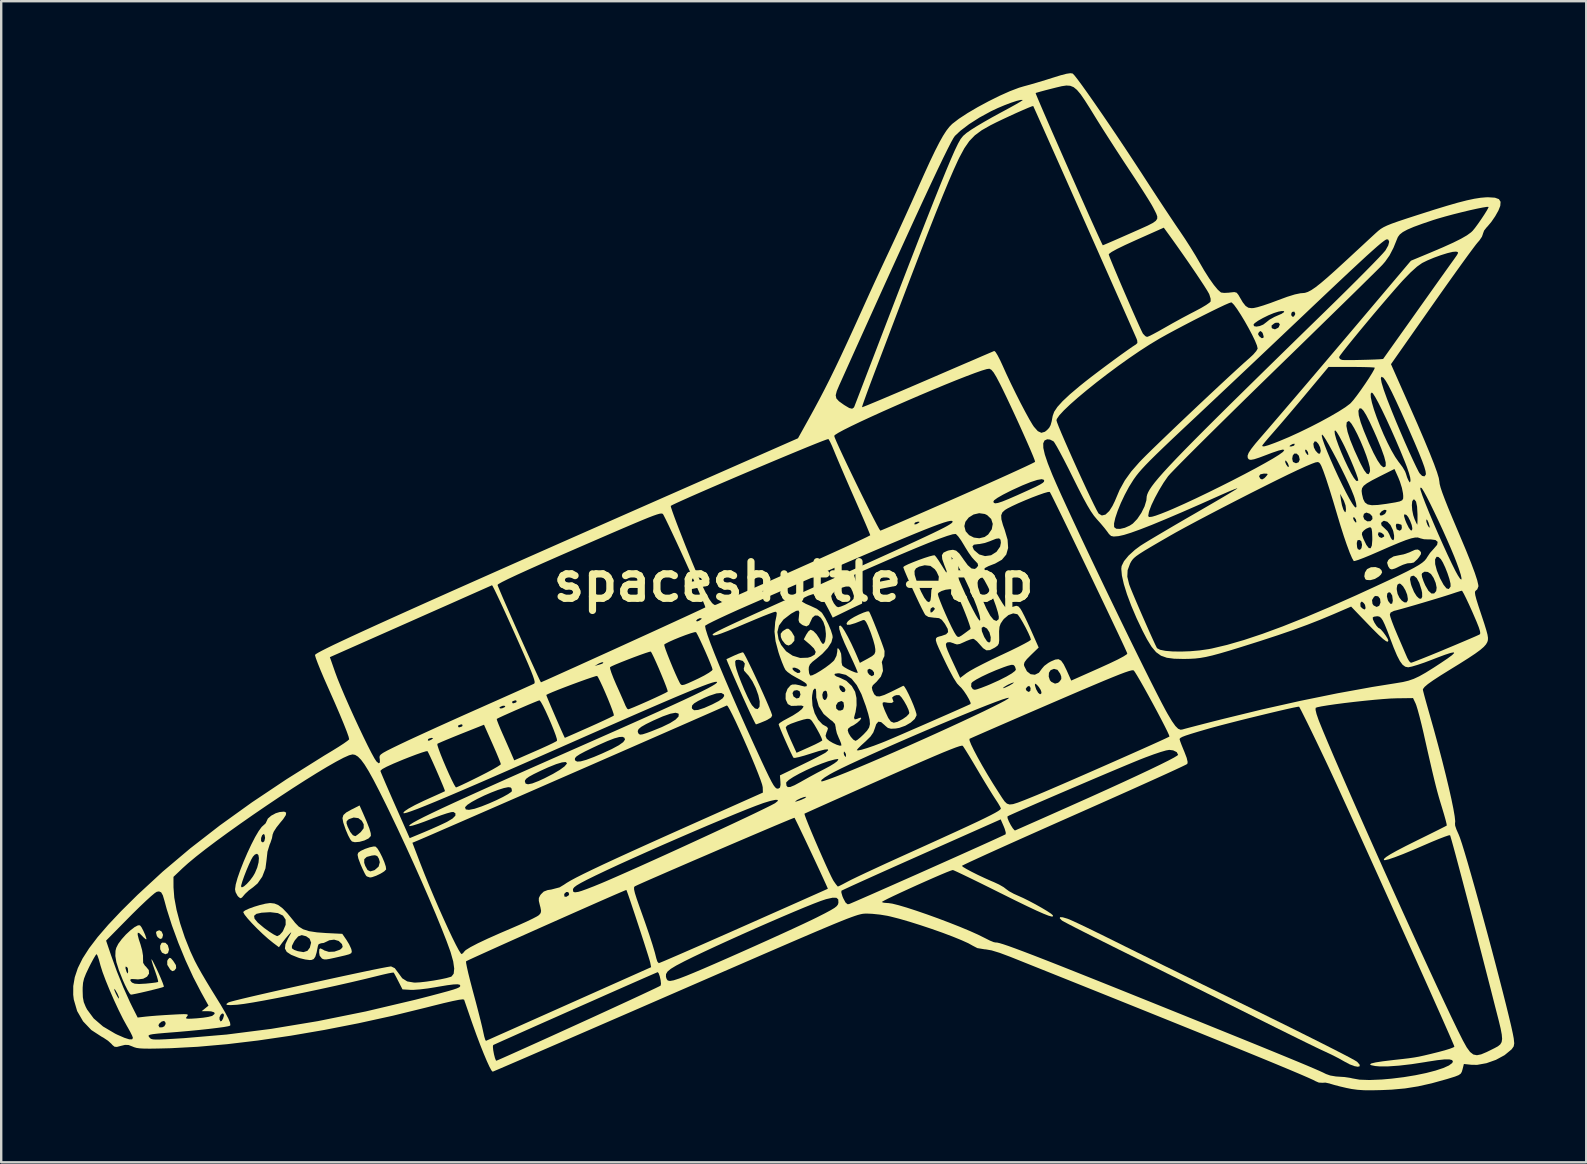
<source format=kicad_pcb>
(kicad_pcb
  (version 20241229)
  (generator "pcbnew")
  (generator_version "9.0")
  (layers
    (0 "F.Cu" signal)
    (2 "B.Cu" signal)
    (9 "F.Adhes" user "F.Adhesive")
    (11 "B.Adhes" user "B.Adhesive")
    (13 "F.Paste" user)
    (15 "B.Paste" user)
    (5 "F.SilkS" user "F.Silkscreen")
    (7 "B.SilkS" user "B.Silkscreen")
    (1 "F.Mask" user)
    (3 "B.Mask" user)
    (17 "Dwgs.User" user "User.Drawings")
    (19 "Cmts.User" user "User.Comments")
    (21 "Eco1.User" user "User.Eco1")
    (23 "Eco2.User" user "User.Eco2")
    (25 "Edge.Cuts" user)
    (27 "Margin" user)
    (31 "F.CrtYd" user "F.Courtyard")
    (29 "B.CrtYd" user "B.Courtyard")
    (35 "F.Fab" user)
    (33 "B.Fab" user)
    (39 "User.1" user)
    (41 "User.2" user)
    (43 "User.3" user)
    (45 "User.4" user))
  (footprint "spaceshuttle-top"
    (layer "F.Cu")
    (at 30.015 21.184)
    (property "Reference" "spaceshuttle-top" (at 0 0 0) (layer "F.SilkS") (effects (font (size 1.524 1.524) (thickness 0.3))))
    (attr board_only exclude_from_pos_files exclude_from_bom)
    (fp_poly (pts (xy -26.33 14.576) (xy -26.277 14.701) (xy -26.276 14.731) (xy -26.311 14.857) (xy -26.395 14.885) (xy -26.495 14.811) (xy -26.53 14.758) (xy -26.566 14.62) (xy -26.536 14.562) (xy -26.429 14.521)) (stroke (width 0) (type solid)) (fill yes) (layer "F.SilkS"))
    (fp_poly (pts (xy -26.175 15.043) (xy -26.073 15.144) (xy -26.026 15.313) (xy -26.026 15.335) (xy -26.067 15.476) (xy -26.17 15.521) (xy -26.303 15.462) (xy -26.326 15.44) (xy -26.39 15.315) (xy -26.393 15.168) (xy -26.338 15.057) (xy -26.306 15.037)) (stroke (width 0) (type solid)) (fill yes) (layer "F.SilkS"))
    (fp_poly (pts (xy -25.944 15.688) (xy -25.849 15.797) (xy -25.849 15.797) (xy -25.737 15.973) (xy -25.725 16.101) (xy -25.797 16.196) (xy -25.886 16.226) (xy -25.975 16.156) (xy -26.096 15.962) (xy -26.098 15.795) (xy -26.063 15.732) (xy -26.003 15.67)) (stroke (width 0) (type solid)) (fill yes) (layer "F.SilkS"))
    (fp_poly (pts (xy 24.409 -0.555) (xy 24.487 -0.481) (xy 24.516 -0.389) (xy 24.465 -0.296) (xy 24.38 -0.215) (xy 24.215 -0.115) (xy 24.03 -0.064) (xy 23.873 -0.072) (xy 23.815 -0.104) (xy 23.773 -0.223) (xy 23.799 -0.381) (xy 23.885 -0.519) (xy 23.893 -0.526) (xy 24.05 -0.602) (xy 24.24 -0.61)) (stroke (width 0) (type solid)) (fill yes) (layer "F.SilkS"))
    (fp_poly (pts (xy -0.211 1.962) (xy -0.12 2.047) (xy -0.082 2.091) (xy 0.032 2.286) (xy 0.028 2.46) (xy -0.095 2.603) (xy -0.1 2.606) (xy -0.212 2.659) (xy -0.308 2.626) (xy -0.364 2.582) (xy -0.481 2.434) (xy -0.535 2.304) (xy -0.541 2.169) (xy -0.464 2.069) (xy -0.404 2.026) (xy -0.288 1.958)) (stroke (width 0) (type solid)) (fill yes) (layer "F.SilkS"))
    (fp_poly (pts (xy 26.062 -1.31) (xy 26.133 -1.232) (xy 26.134 -1.149) (xy 26.057 -1.028) (xy 25.985 -0.938) (xy 25.836 -0.8) (xy 25.708 -0.771) (xy 25.694 -0.774) (xy 25.57 -0.765) (xy 25.388 -0.707) (xy 25.268 -0.653) (xy 25.055 -0.551) (xy 24.922 -0.512) (xy 24.841 -0.535) (xy 24.78 -0.62) (xy 24.762 -0.66) (xy 24.723 -0.791) (xy 24.769 -0.895) (xy 24.82 -0.949) (xy 24.995 -1.054) (xy 25.199 -1.098) (xy 25.415 -1.14) (xy 25.649 -1.221) (xy 25.71 -1.25) (xy 25.888 -1.329) (xy 25.999 -1.341)) (stroke (width 0) (type solid)) (fill yes) (layer "F.SilkS"))
    (fp_poly (pts (xy -17.953 9.619) (xy -17.786 10.003) (xy -17.676 10.285) (xy -17.62 10.477) (xy -17.614 10.588) (xy -17.617 10.597) (xy -17.711 10.697) (xy -17.884 10.781) (xy -18.09 10.838) (xy -18.283 10.853) (xy -18.402 10.823) (xy -18.471 10.738) (xy -18.562 10.567) (xy -18.657 10.344) (xy -18.676 10.293) (xy -18.754 10.065) (xy -18.629 10.065) (xy -18.582 10.205) (xy -18.474 10.425) (xy -18.363 10.563) (xy -18.264 10.601) (xy -18.244 10.593) (xy -18.149 10.525) (xy -18.033 10.428) (xy -17.914 10.271) (xy -17.912 10.107) (xy -17.99 9.961) (xy -18.136 9.85) (xy -18.33 9.825) (xy -18.525 9.891) (xy -18.549 9.908) (xy -18.622 9.978) (xy -18.629 10.065) (xy -18.754 10.065) (xy -18.766 10.028) (xy -18.797 9.848) (xy -18.758 9.72) (xy -18.637 9.612) (xy -18.423 9.493) (xy -18.384 9.474) (xy -18.086 9.322)) (stroke (width 0) (type solid)) (fill yes) (layer "F.SilkS"))
    (fp_poly (pts (xy -17.418 11.036) (xy -17.342 11.112) (xy -17.245 11.269) (xy -17.143 11.472) (xy -17.053 11.683) (xy -16.993 11.865) (xy -16.978 11.982) (xy -16.981 11.99) (xy -17.057 12.068) (xy -17.209 12.162) (xy -17.393 12.25) (xy -17.565 12.31) (xy -17.65 12.323) (xy -17.778 12.28) (xy -17.816 12.246) (xy -17.871 12.151) (xy -17.955 11.978) (xy -18.046 11.772) (xy -18.068 11.712) (xy -17.892 11.712) (xy -17.849 11.84) (xy -17.753 12.012) (xy -17.636 12.069) (xy -17.474 12.022) (xy -17.452 12.01) (xy -17.291 11.868) (xy -17.242 11.684) (xy -17.28 11.54) (xy -17.348 11.429) (xy -17.444 11.396) (xy -17.573 11.409) (xy -17.787 11.466) (xy -17.889 11.561) (xy -17.892 11.712) (xy -18.068 11.712) (xy -18.136 11.531) (xy -18.168 11.379) (xy -18.145 11.295) (xy -18.035 11.214) (xy -17.858 11.132) (xy -17.663 11.066) (xy -17.495 11.031)) (stroke (width 0) (type solid)) (fill yes) (layer "F.SilkS"))
    (fp_poly (pts (xy 11.21 13.982) (xy 11.4 14.038) (xy 11.496 14.075) (xy 11.649 14.143) (xy 11.894 14.257) (xy 12.213 14.409) (xy 12.587 14.591) (xy 12.995 14.791) (xy 13.388 14.986) (xy 13.794 15.188) (xy 14.29 15.433) (xy 14.853 15.71) (xy 15.458 16.008) (xy 16.085 16.315) (xy 16.709 16.62) (xy 17.307 16.912) (xy 17.392 16.954) (xy 18.304 17.399) (xy 19.162 17.819) (xy 19.958 18.211) (xy 20.689 18.572) (xy 21.348 18.9) (xy 21.929 19.191) (xy 22.426 19.443) (xy 22.835 19.652) (xy 23.149 19.816) (xy 23.362 19.933) (xy 23.469 19.998) (xy 23.476 20.004) (xy 23.578 20.12) (xy 23.582 20.188) (xy 23.503 20.208) (xy 23.358 20.181) (xy 23.165 20.108) (xy 22.947 19.992) (xy 22.698 19.852) (xy 22.401 19.701) (xy 22.143 19.58) (xy 21.991 19.51) (xy 21.742 19.391) (xy 21.409 19.229) (xy 21.008 19.032) (xy 20.553 18.807) (xy 20.057 18.562) (xy 19.536 18.302) (xy 19.278 18.173) (xy 18.684 17.875) (xy 18.005 17.537) (xy 17.269 17.17) (xy 16.503 16.789) (xy 15.735 16.407) (xy 14.992 16.038) (xy 14.301 15.697) (xy 14.076 15.585) (xy 13.524 15.312) (xy 13.004 15.052) (xy 12.526 14.813) (xy 12.102 14.599) (xy 11.744 14.417) (xy 11.463 14.272) (xy 11.27 14.169) (xy 11.176 14.116) (xy 11.172 14.112) (xy 11.084 14.02) (xy 11.101 13.976)) (stroke (width 0) (type solid)) (fill yes) (layer "F.SilkS"))
    (fp_poly (pts (xy -2.069 2.996) (xy -1.987 3.146) (xy -1.874 3.371) (xy -1.737 3.653) (xy -1.587 3.972) (xy -1.431 4.307) (xy -1.28 4.641) (xy -1.142 4.953) (xy -1.026 5.224) (xy -0.941 5.434) (xy -0.897 5.564) (xy -0.896 5.568) (xy -0.936 5.653) (xy -1.097 5.755) (xy -1.203 5.803) (xy -1.388 5.88) (xy -1.525 5.931) (xy -1.572 5.944) (xy -1.607 5.889) (xy -1.685 5.735) (xy -1.799 5.499) (xy -1.94 5.195) (xy -2.102 4.84) (xy -2.214 4.589) (xy -2.383 4.209) (xy -2.532 3.869) (xy -2.654 3.586) (xy -2.744 3.375) (xy -2.765 3.322) (xy -2.437 3.322) (xy -2.427 3.462) (xy -2.424 3.488) (xy -2.382 3.655) (xy -2.298 3.902) (xy -2.185 4.195) (xy -2.058 4.5) (xy -1.929 4.786) (xy -1.813 5.019) (xy -1.738 5.146) (xy -1.611 5.282) (xy -1.503 5.308) (xy -1.43 5.223) (xy -1.421 5.194) (xy -1.415 4.99) (xy -1.473 4.724) (xy -1.578 4.432) (xy -1.718 4.15) (xy -1.879 3.913) (xy -1.962 3.823) (xy -2.067 3.704) (xy -2.08 3.607) (xy -2.058 3.553) (xy -2.035 3.409) (xy -2.116 3.301) (xy -2.28 3.254) (xy -2.299 3.253) (xy -2.4 3.264) (xy -2.437 3.322) (xy -2.765 3.322) (xy -2.793 3.252) (xy -2.801 3.227) (xy -2.74 3.199) (xy -2.601 3.134) (xy -2.485 3.08) (xy -2.301 3.001) (xy -2.158 2.951) (xy -2.11 2.942)) (stroke (width 0) (type solid)) (fill yes) (layer "F.SilkS"))
    (fp_poly (pts (xy -21.144 9.619) (xy -21.156 9.721) (xy -21.267 9.892) (xy -21.392 10.042) (xy -21.55 10.241) (xy -21.662 10.417) (xy -21.709 10.538) (xy -21.709 10.545) (xy -21.734 10.685) (xy -21.798 10.876) (xy -21.833 10.957) (xy -21.922 11.248) (xy -21.958 11.573) (xy -21.958 11.577) (xy -22.006 11.944) (xy -22.138 12.287) (xy -22.335 12.572) (xy -22.522 12.731) (xy -22.703 12.864) (xy -22.856 13.008) (xy -22.883 13.04) (xy -22.985 13.16) (xy -23.052 13.189) (xy -23.128 13.131) (xy -23.169 13.086) (xy -23.251 12.933) (xy -23.273 12.812) (xy -23.256 12.696) (xy -23.023 12.696) (xy -22.989 12.736) (xy -22.902 12.694) (xy -22.782 12.59) (xy -22.649 12.443) (xy -22.523 12.272) (xy -22.444 12.137) (xy -22.348 11.908) (xy -22.293 11.695) (xy -22.278 11.515) (xy -22.3 11.389) (xy -22.358 11.334) (xy -22.448 11.369) (xy -22.528 11.455) (xy -22.599 11.578) (xy -22.692 11.777) (xy -22.795 12.018) (xy -22.892 12.267) (xy -22.97 12.489) (xy -23.016 12.649) (xy -23.023 12.696) (xy -23.256 12.696) (xy -23.246 12.62) (xy -23.171 12.35) (xy -23.058 12.025) (xy -22.918 11.669) (xy -22.761 11.304) (xy -22.597 10.953) (xy -22.516 10.795) (xy -22.189 10.795) (xy -22.178 10.824) (xy -22.111 10.865) (xy -22.051 10.808) (xy -22.022 10.679) (xy -22.022 10.663) (xy -22.042 10.547) (xy -22.08 10.51) (xy -22.145 10.563) (xy -22.187 10.678) (xy -22.189 10.795) (xy -22.516 10.795) (xy -22.436 10.639) (xy -22.287 10.386) (xy -22.162 10.216) (xy -22.108 10.167) (xy -21.999 10.067) (xy -21.959 9.982) (xy -21.905 9.868) (xy -21.766 9.748) (xy -21.579 9.647) (xy -21.416 9.597) (xy -21.23 9.579)) (stroke (width 0) (type solid)) (fill yes) (layer "F.SilkS"))
    (fp_poly (pts (xy -27.234 14.315) (xy -27.171 14.395) (xy -27.092 14.545) (xy -27.017 14.714) (xy -26.97 14.856) (xy -26.964 14.898) (xy -27.001 14.891) (xy -27.093 14.81) (xy -27.15 14.75) (xy -27.265 14.639) (xy -27.325 14.624) (xy -27.33 14.709) (xy -27.282 14.9) (xy -27.211 15.114) (xy -27.144 15.354) (xy -27.107 15.58) (xy -27.106 15.702) (xy -27.101 15.88) (xy -27.024 16.002) (xy -26.985 16.035) (xy -26.866 16.182) (xy -26.856 16.327) (xy -26.938 16.454) (xy -27.097 16.541) (xy -27.318 16.569) (xy -27.403 16.562) (xy -27.583 16.552) (xy -27.647 16.589) (xy -27.595 16.671) (xy -27.557 16.705) (xy -27.455 16.747) (xy -27.272 16.76) (xy -26.988 16.745) (xy -26.983 16.744) (xy -26.752 16.721) (xy -26.574 16.698) (xy -26.481 16.678) (xy -26.476 16.675) (xy -26.483 16.607) (xy -26.526 16.453) (xy -26.597 16.243) (xy -26.614 16.197) (xy -26.69 15.981) (xy -26.741 15.815) (xy -26.758 15.73) (xy -26.757 15.725) (xy -26.723 15.768) (xy -26.651 15.903) (xy -26.551 16.106) (xy -26.473 16.275) (xy -26.366 16.518) (xy -26.286 16.716) (xy -26.243 16.843) (xy -26.24 16.876) (xy -26.309 16.902) (xy -26.469 16.946) (xy -26.691 17.002) (xy -26.941 17.063) (xy -27.191 17.121) (xy -27.408 17.168) (xy -27.562 17.198) (xy -27.615 17.204) (xy -27.669 17.15) (xy -27.756 17.004) (xy -27.863 16.789) (xy -27.951 16.591) (xy -28.114 16.18) (xy -28.138 16.101) (xy -27.838 16.101) (xy -27.795 16.245) (xy -27.757 16.326) (xy -27.736 16.289) (xy -27.726 16.244) (xy -27.739 16.112) (xy -27.771 16.059) (xy -27.829 16.032) (xy -27.838 16.101) (xy -28.138 16.101) (xy -28.216 15.854) (xy -28.26 15.594) (xy -28.253 15.378) (xy -28.222 15.255) (xy -28.138 15.088) (xy -27.996 14.896) (xy -27.821 14.701) (xy -27.633 14.526) (xy -27.456 14.39) (xy -27.313 14.315)) (stroke (width 0) (type solid)) (fill yes) (layer "F.SilkS"))
    (fp_poly (pts (xy -21.629 13.408) (xy -21.465 13.477) (xy -21.292 13.608) (xy -21.092 13.815) (xy -20.849 14.111) (xy -20.775 14.207) (xy -20.624 14.365) (xy -20.437 14.48) (xy -20.192 14.559) (xy -19.865 14.609) (xy -19.491 14.637) (xy -18.805 14.671) (xy -18.633 14.921) (xy -18.52 15.107) (xy -18.439 15.282) (xy -18.422 15.335) (xy -18.409 15.42) (xy -18.433 15.477) (xy -18.518 15.522) (xy -18.687 15.569) (xy -18.842 15.605) (xy -19.14 15.673) (xy -19.341 15.716) (xy -19.469 15.736) (xy -19.55 15.737) (xy -19.607 15.721) (xy -19.654 15.698) (xy -19.748 15.581) (xy -19.769 15.451) (xy -19.761 15.312) (xy -19.717 15.275) (xy -19.609 15.327) (xy -19.553 15.363) (xy -19.365 15.422) (xy -19.133 15.412) (xy -18.914 15.336) (xy -18.858 15.301) (xy -18.788 15.217) (xy -18.816 15.105) (xy -18.823 15.093) (xy -18.954 14.967) (xy -19.145 14.913) (xy -19.347 14.939) (xy -19.429 14.98) (xy -19.577 15.049) (xy -19.69 15.064) (xy -19.788 15.1) (xy -19.819 15.171) (xy -19.875 15.449) (xy -19.929 15.625) (xy -19.996 15.721) (xy -20.086 15.758) (xy -20.163 15.763) (xy -20.35 15.739) (xy -20.573 15.685) (xy -20.642 15.662) (xy -20.938 15.543) (xy -21.119 15.423) (xy -21.195 15.283) (xy -21.182 15.175) (xy -20.904 15.175) (xy -20.903 15.274) (xy -20.806 15.341) (xy -20.656 15.393) (xy -20.421 15.433) (xy -20.258 15.38) (xy -20.157 15.248) (xy -20.104 15.038) (xy -20.167 14.873) (xy -20.31 14.772) (xy -20.493 14.724) (xy -20.642 14.777) (xy -20.781 14.94) (xy -20.823 15.011) (xy -20.904 15.175) (xy -21.182 15.175) (xy -21.174 15.104) (xy -21.067 14.868) (xy -21.048 14.833) (xy -20.958 14.671) (xy -20.929 14.606) (xy -20.959 14.626) (xy -21.032 14.703) (xy -21.176 14.871) (xy -21.311 15.044) (xy -21.444 15.228) (xy -21.686 15.046) (xy -21.896 14.876) (xy -22.124 14.672) (xy -22.354 14.451) (xy -22.567 14.232) (xy -22.746 14.034) (xy -22.836 13.921) (xy -22.48 13.921) (xy -22.46 14.041) (xy -22.324 14.205) (xy -22.073 14.416) (xy -22.054 14.431) (xy -21.844 14.582) (xy -21.663 14.697) (xy -21.538 14.759) (xy -21.511 14.765) (xy -21.413 14.715) (xy -21.302 14.593) (xy -21.276 14.554) (xy -21.164 14.295) (xy -21.166 14.078) (xy -21.276 13.912) (xy -21.489 13.807) (xy -21.797 13.77) (xy -21.827 13.77) (xy -22.165 13.79) (xy -22.383 13.838) (xy -22.48 13.921) (xy -22.836 13.921) (xy -22.873 13.875) (xy -22.929 13.773) (xy -22.929 13.756) (xy -22.855 13.696) (xy -22.692 13.621) (xy -22.475 13.542) (xy -22.236 13.47) (xy -22.009 13.415) (xy -21.828 13.389) (xy -21.801 13.388)) (stroke (width 0) (type solid)) (fill yes) (layer "F.SilkS"))
    (fp_poly (pts (xy 11.618 -21.172) (xy 11.627 -21.167) (xy 11.699 -21.092) (xy 11.831 -20.924) (xy 12.017 -20.672) (xy 12.248 -20.349) (xy 12.517 -19.965) (xy 12.816 -19.532) (xy 13.139 -19.059) (xy 13.477 -18.558) (xy 13.822 -18.041) (xy 14.168 -17.517) (xy 14.507 -16.999) (xy 14.576 -16.892) (xy 14.863 -16.45) (xy 15.153 -16.006) (xy 15.434 -15.579) (xy 15.691 -15.193) (xy 15.909 -14.867) (xy 16.075 -14.624) (xy 16.086 -14.608) (xy 16.305 -14.282) (xy 16.535 -13.924) (xy 16.746 -13.58) (xy 16.89 -13.332) (xy 17.103 -12.964) (xy 17.312 -12.635) (xy 17.505 -12.363) (xy 17.67 -12.164) (xy 17.793 -12.056) (xy 17.813 -12.046) (xy 17.936 -12.031) (xy 18.12 -12.04) (xy 18.184 -12.048) (xy 18.357 -12.066) (xy 18.456 -12.039) (xy 18.53 -11.947) (xy 18.564 -11.887) (xy 18.709 -11.64) (xy 18.828 -11.489) (xy 18.944 -11.413) (xy 19.082 -11.395) (xy 19.17 -11.402) (xy 19.327 -11.437) (xy 19.567 -11.509) (xy 19.858 -11.608) (xy 20.168 -11.724) (xy 20.176 -11.727) (xy 20.561 -11.869) (xy 20.881 -11.968) (xy 21.117 -12.017) (xy 21.187 -12.022) (xy 21.299 -12.033) (xy 21.421 -12.072) (xy 21.565 -12.147) (xy 21.74 -12.266) (xy 21.959 -12.438) (xy 22.231 -12.67) (xy 22.567 -12.97) (xy 22.979 -13.348) (xy 23.117 -13.475) (xy 23.408 -13.745) (xy 23.694 -14.009) (xy 23.95 -14.247) (xy 24.154 -14.435) (xy 24.25 -14.523) (xy 24.355 -14.617) (xy 24.457 -14.696) (xy 24.574 -14.767) (xy 24.721 -14.838) (xy 24.917 -14.917) (xy 25.179 -15.01) (xy 25.523 -15.125) (xy 25.967 -15.269) (xy 26.033 -15.29) (xy 26.678 -15.496) (xy 27.219 -15.661) (xy 27.67 -15.791) (xy 28.045 -15.887) (xy 28.358 -15.954) (xy 28.622 -15.995) (xy 28.851 -16.014) (xy 28.943 -16.015) (xy 29.216 -15.998) (xy 29.381 -15.938) (xy 29.451 -15.827) (xy 29.438 -15.657) (xy 29.361 -15.463) (xy 29.226 -15.223) (xy 29.062 -14.984) (xy 28.898 -14.79) (xy 28.873 -14.766) (xy 28.765 -14.629) (xy 28.716 -14.497) (xy 28.716 -14.49) (xy 28.674 -14.372) (xy 28.569 -14.216) (xy 28.504 -14.142) (xy 28.425 -14.046) (xy 28.284 -13.859) (xy 28.086 -13.591) (xy 27.842 -13.255) (xy 27.559 -12.861) (xy 27.245 -12.421) (xy 26.908 -11.945) (xy 26.589 -11.491) (xy 24.885 -9.062) (xy 25.652 -7.331) (xy 25.99 -6.563) (xy 26.272 -5.904) (xy 26.501 -5.353) (xy 26.678 -4.907) (xy 26.803 -4.563) (xy 26.877 -4.319) (xy 26.901 -4.172) (xy 26.913 -4.07) (xy 26.952 -3.92) (xy 27.022 -3.711) (xy 27.126 -3.434) (xy 27.268 -3.076) (xy 27.454 -2.628) (xy 27.686 -2.079) (xy 27.745 -1.939) (xy 28.011 -1.307) (xy 28.221 -0.784) (xy 28.376 -0.369) (xy 28.477 -0.061) (xy 28.524 0.144) (xy 28.528 0.195) (xy 28.479 0.319) (xy 28.428 0.363) (xy 28.394 0.396) (xy 28.383 0.458) (xy 28.398 0.566) (xy 28.443 0.739) (xy 28.522 0.993) (xy 28.639 1.346) (xy 28.65 1.378) (xy 28.771 1.744) (xy 28.854 2.013) (xy 28.905 2.204) (xy 28.926 2.338) (xy 28.922 2.435) (xy 28.899 2.514) (xy 28.844 2.611) (xy 28.75 2.717) (xy 28.604 2.843) (xy 28.395 2.996) (xy 28.111 3.185) (xy 27.74 3.42) (xy 27.371 3.647) (xy 26.957 3.904) (xy 26.644 4.108) (xy 26.423 4.265) (xy 26.285 4.383) (xy 26.221 4.468) (xy 26.213 4.5) (xy 26.23 4.575) (xy 26.275 4.749) (xy 26.344 5) (xy 26.43 5.306) (xy 26.489 5.514) (xy 26.679 6.187) (xy 26.857 6.842) (xy 27.021 7.467) (xy 27.168 8.053) (xy 27.296 8.586) (xy 27.402 9.057) (xy 27.483 9.453) (xy 27.537 9.764) (xy 27.561 9.977) (xy 27.552 10.082) (xy 27.552 10.083) (xy 27.559 10.166) (xy 27.613 10.325) (xy 27.702 10.526) (xy 27.704 10.53) (xy 27.76 10.673) (xy 27.844 10.924) (xy 27.951 11.271) (xy 28.078 11.699) (xy 28.221 12.197) (xy 28.378 12.751) (xy 28.544 13.348) (xy 28.717 13.975) (xy 28.892 14.619) (xy 29.066 15.267) (xy 29.235 15.906) (xy 29.396 16.524) (xy 29.546 17.106) (xy 29.681 17.64) (xy 29.797 18.113) (xy 29.892 18.511) (xy 29.96 18.823) (xy 30 19.034) (xy 30 19.038) (xy 30.02 19.233) (xy 29.997 19.36) (xy 29.921 19.469) (xy 29.9 19.492) (xy 29.616 19.726) (xy 29.256 19.921) (xy 28.862 20.06) (xy 28.477 20.129) (xy 28.248 20.127) (xy 27.922 20.093) (xy 27.865 20.319) (xy 27.834 20.423) (xy 27.788 20.498) (xy 27.703 20.557) (xy 27.553 20.617) (xy 27.315 20.691) (xy 27.214 20.722) (xy 26.58 20.898) (xy 26.014 21.025) (xy 25.473 21.111) (xy 24.913 21.162) (xy 24.493 21.18) (xy 24.079 21.189) (xy 23.757 21.186) (xy 23.491 21.168) (xy 23.247 21.135) (xy 23.023 21.09) (xy 22.758 21.028) (xy 22.522 20.966) (xy 22.356 20.917) (xy 22.326 20.906) (xy 22.155 20.869) (xy 22.029 20.876) (xy 21.88 20.868) (xy 21.748 20.812) (xy 21.642 20.757) (xy 21.427 20.66) (xy 21.102 20.519) (xy 20.667 20.335) (xy 20.122 20.108) (xy 19.465 19.837) (xy 18.697 19.523) (xy 17.816 19.164) (xy 16.823 18.761) (xy 15.716 18.314) (xy 14.495 17.822) (xy 13.16 17.285) (xy 11.709 16.703) (xy 10.143 16.076) (xy 9.019 15.626) (xy 8.581 15.462) (xy 8.246 15.36) (xy 8.004 15.318) (xy 7.966 15.317) (xy 7.652 15.265) (xy 7.467 15.169) (xy 7.277 15.063) (xy 6.988 14.933) (xy 6.622 14.784) (xy 6.201 14.625) (xy 5.745 14.464) (xy 5.277 14.308) (xy 4.819 14.164) (xy 4.391 14.04) (xy 4.017 13.945) (xy 3.904 13.92) (xy 3.601 13.87) (xy 3.269 13.836) (xy 3.053 13.827) (xy 2.991 13.828) (xy 2.93 13.831) (xy 2.861 13.839) (xy 2.781 13.856) (xy 2.681 13.882) (xy 2.557 13.922) (xy 2.402 13.977) (xy 2.21 14.049) (xy 1.976 14.142) (xy 1.692 14.258) (xy 1.353 14.4) (xy 0.952 14.569) (xy 0.484 14.769) (xy -0.057 15.001) (xy -0.677 15.269) (xy -1.384 15.575) (xy -2.182 15.922) (xy -3.078 16.311) (xy -4.078 16.746) (xy -4.924 17.114) (xy -5.846 17.515) (xy -6.737 17.903) (xy -7.59 18.273) (xy -8.398 18.624) (xy -9.154 18.952) (xy -9.851 19.255) (xy -10.484 19.529) (xy -11.044 19.772) (xy -11.526 19.98) (xy -11.923 20.151) (xy -12.227 20.282) (xy -12.432 20.369) (xy -12.531 20.411) (xy -12.539 20.414) (xy -12.589 20.364) (xy -12.672 20.211) (xy -12.783 19.97) (xy -12.915 19.657) (xy -13.028 19.374) (xy -12.531 19.374) (xy -12.517 19.516) (xy -12.485 19.688) (xy -12.444 19.846) (xy -12.404 19.944) (xy -12.388 19.957) (xy -12.325 19.932) (xy -12.157 19.859) (xy -11.896 19.743) (xy -11.552 19.589) (xy -11.134 19.401) (xy -10.653 19.184) (xy -10.118 18.942) (xy -9.54 18.679) (xy -8.971 18.42) (xy -8.361 18.142) (xy -7.784 17.877) (xy -7.252 17.632) (xy -6.773 17.411) (xy -6.358 17.218) (xy -6.017 17.058) (xy -5.761 16.937) (xy -5.599 16.858) (xy -5.542 16.827) (xy -5.527 16.747) (xy -5.543 16.603) (xy -5.574 16.461) (xy -5.321 16.461) (xy -5.293 16.552) (xy -5.245 16.615) (xy -5.152 16.634) (xy -4.997 16.607) (xy -4.762 16.53) (xy -4.47 16.418) (xy -4.161 16.291) (xy -3.761 16.122) (xy -3.29 15.918) (xy -2.765 15.688) (xy -2.207 15.441) (xy -1.635 15.186) (xy -1.068 14.931) (xy -0.524 14.684) (xy -0.024 14.455) (xy 0.414 14.251) (xy 0.77 14.082) (xy 0.97 13.984) (xy 1.305 13.814) (xy 1.543 13.686) (xy 1.702 13.59) (xy 1.798 13.513) (xy 1.846 13.445) (xy 1.865 13.374) (xy 1.865 13.372) (xy 1.857 13.236) (xy 1.781 13.169) (xy 1.624 13.165) (xy 1.372 13.221) (xy 1.333 13.232) (xy 1.133 13.299) (xy 0.834 13.413) (xy 0.453 13.567) (xy 0.005 13.754) (xy -0.496 13.967) (xy -1.035 14.2) (xy -1.595 14.445) (xy -2.161 14.697) (xy -2.719 14.949) (xy -3.253 15.193) (xy -3.748 15.424) (xy -4.189 15.634) (xy -4.56 15.817) (xy -4.567 15.821) (xy -4.893 15.992) (xy -5.118 16.128) (xy -5.255 16.242) (xy -5.318 16.348) (xy -5.321 16.461) (xy -5.574 16.461) (xy -5.578 16.443) (xy -5.623 16.315) (xy -5.664 16.266) (xy -5.723 16.291) (xy -5.885 16.361) (xy -6.137 16.471) (xy -6.467 16.616) (xy -6.862 16.79) (xy -7.311 16.988) (xy -7.802 17.205) (xy -8.322 17.436) (xy -8.86 17.674) (xy -9.403 17.914) (xy -9.938 18.152) (xy -10.455 18.381) (xy -10.941 18.597) (xy -11.383 18.794) (xy -11.769 18.967) (xy -12.089 19.109) (xy -12.328 19.217) (xy -12.476 19.284) (xy -12.519 19.305) (xy -12.531 19.374) (xy -13.028 19.374) (xy -13.062 19.288) (xy -13.217 18.878) (xy -13.374 18.441) (xy -13.42 18.31) (xy -13.525 18.005) (xy -13.616 17.741) (xy -13.686 17.539) (xy -13.725 17.426) (xy -13.73 17.413) (xy -13.788 17.4) (xy -13.945 17.419) (xy -14.205 17.471) (xy -14.574 17.556) (xy -15.056 17.676) (xy -15.308 17.74) (xy -16.713 18.085) (xy -18.133 18.397) (xy -19.55 18.674) (xy -20.947 18.914) (xy -22.304 19.113) (xy -23.604 19.268) (xy -24.828 19.376) (xy -25.958 19.436) (xy -26.029 19.438) (xy -26.473 19.449) (xy -26.81 19.454) (xy -27.06 19.452) (xy -27.241 19.442) (xy -27.373 19.424) (xy -27.474 19.395) (xy -27.541 19.367) (xy -27.709 19.302) (xy -27.857 19.297) (xy -28.026 19.338) (xy -28.194 19.382) (xy -28.294 19.374) (xy -28.38 19.304) (xy -28.423 19.254) (xy -28.565 19.125) (xy -28.759 18.996) (xy -28.831 18.957) (xy -29.26 18.678) (xy -29.603 18.317) (xy -29.851 17.888) (xy -29.991 17.407) (xy -30.015 17.208) (xy -30.014 17.043) (xy -29.622 17.043) (xy -29.613 17.312) (xy -29.575 17.516) (xy -29.494 17.713) (xy -29.435 17.825) (xy -29.162 18.195) (xy -28.772 18.531) (xy -28.269 18.828) (xy -28.184 18.87) (xy -27.882 19.002) (xy -27.677 19.067) (xy -27.561 19.066) (xy -27.527 19.007) (xy -27.553 18.933) (xy -26.876 18.933) (xy -26.848 18.977) (xy -26.838 18.988) (xy -26.804 19.025) (xy -26.76 19.051) (xy -26.69 19.068) (xy -26.576 19.075) (xy -26.403 19.073) (xy -26.154 19.062) (xy -25.811 19.042) (xy -25.4 19.017) (xy -23.621 18.866) (xy -21.76 18.629) (xy -19.826 18.308) (xy -17.824 17.903) (xy -15.765 17.417) (xy -15.141 17.257) (xy -14.719 17.145) (xy -14.402 17.059) (xy -14.177 16.993) (xy -14.028 16.942) (xy -13.94 16.901) (xy -13.899 16.866) (xy -13.889 16.831) (xy -13.916 16.789) (xy -14.007 16.772) (xy -14.175 16.779) (xy -14.433 16.812) (xy -14.796 16.872) (xy -14.924 16.895) (xy -15.248 16.946) (xy -15.562 16.984) (xy -15.826 17.004) (xy -15.969 17.004) (xy -16.297 16.985) (xy -16.469 16.647) (xy -16.563 16.464) (xy -16.635 16.332) (xy -16.664 16.285) (xy -16.731 16.289) (xy -16.893 16.319) (xy -17.122 16.371) (xy -17.306 16.416) (xy -17.856 16.551) (xy -18.452 16.691) (xy -19.078 16.833) (xy -19.716 16.973) (xy -20.351 17.108) (xy -20.966 17.235) (xy -21.545 17.35) (xy -22.07 17.449) (xy -22.526 17.53) (xy -22.896 17.589) (xy -23.163 17.622) (xy -23.195 17.625) (xy -23.459 17.64) (xy -23.605 17.632) (xy -23.639 17.599) (xy -23.567 17.541) (xy -23.537 17.525) (xy -23.447 17.496) (xy -23.25 17.444) (xy -22.958 17.372) (xy -22.587 17.284) (xy -22.15 17.183) (xy -21.66 17.071) (xy -21.132 16.952) (xy -20.579 16.828) (xy -20.017 16.704) (xy -19.457 16.581) (xy -18.915 16.463) (xy -18.403 16.353) (xy -17.937 16.254) (xy -17.53 16.169) (xy -17.196 16.102) (xy -16.948 16.055) (xy -16.801 16.031) (xy -16.769 16.029) (xy -16.618 16.102) (xy -16.477 16.291) (xy -16.476 16.292) (xy -16.307 16.523) (xy -16.1 16.653) (xy -15.822 16.7) (xy -15.766 16.702) (xy -15.565 16.691) (xy -15.3 16.661) (xy -15.006 16.618) (xy -14.718 16.567) (xy -14.469 16.514) (xy -14.295 16.465) (xy -14.252 16.447) (xy -14.164 16.331) (xy -14.142 16.118) (xy -14.184 15.818) (xy -14.185 15.816) (xy -13.649 15.816) (xy -13.646 15.887) (xy -13.613 16.059) (xy -13.555 16.315) (xy -13.475 16.636) (xy -13.379 17.003) (xy -13.35 17.111) (xy -13.241 17.516) (xy -13.139 17.908) (xy -13.049 18.26) (xy -12.98 18.545) (xy -12.937 18.739) (xy -12.934 18.753) (xy -12.89 18.952) (xy -12.848 19.087) (xy -12.82 19.129) (xy -12.757 19.101) (xy -12.59 19.027) (xy -12.329 18.91) (xy -11.984 18.757) (xy -11.564 18.57) (xy -11.081 18.354) (xy -10.543 18.114) (xy -9.962 17.855) (xy -9.359 17.586) (xy -5.938 16.06) (xy -5.976 15.866) (xy -6.003 15.768) (xy -6.061 15.578) (xy -6.145 15.313) (xy -6.247 14.994) (xy -6.362 14.64) (xy -6.483 14.271) (xy -6.603 13.907) (xy -6.717 13.567) (xy -6.816 13.271) (xy -6.896 13.038) (xy -6.95 12.889) (xy -6.97 12.842) (xy -7.028 12.863) (xy -7.188 12.931) (xy -7.438 13.038) (xy -7.765 13.181) (xy -8.157 13.353) (xy -8.603 13.55) (xy -9.089 13.765) (xy -9.603 13.993) (xy -10.134 14.229) (xy -10.669 14.467) (xy -11.195 14.702) (xy -11.701 14.928) (xy -12.175 15.141) (xy -12.603 15.334) (xy -12.974 15.502) (xy -13.276 15.639) (xy -13.497 15.741) (xy -13.623 15.802) (xy -13.649 15.816) (xy -14.185 15.816) (xy -14.291 15.439) (xy -14.304 15.401) (xy -14.46 14.972) (xy -14.666 14.449) (xy -14.912 13.849) (xy -15.193 13.187) (xy -15.5 12.483) (xy -15.826 11.752) (xy -16.164 11.011) (xy -16.227 10.876) (xy -15.884 10.876) (xy -15.552 11.741) (xy -15.377 12.186) (xy -15.187 12.652) (xy -14.987 13.127) (xy -14.785 13.595) (xy -14.585 14.043) (xy -14.396 14.457) (xy -14.224 14.822) (xy -14.074 15.124) (xy -13.954 15.349) (xy -13.869 15.483) (xy -13.833 15.515) (xy -13.763 15.466) (xy -13.745 15.432) (xy -13.663 15.349) (xy -13.466 15.226) (xy -13.16 15.066) (xy -12.747 14.871) (xy -12.232 14.642) (xy -11.793 14.454) (xy -11.446 14.304) (xy -11.133 14.163) (xy -10.875 14.039) (xy -10.693 13.944) (xy -10.61 13.889) (xy -10.541 13.806) (xy -10.523 13.714) (xy -10.55 13.567) (xy -10.573 13.483) (xy -10.617 13.298) (xy -10.616 13.179) (xy -10.564 13.073) (xy -10.536 13.034) (xy -9.561 13.034) (xy -9.548 13.121) (xy -9.468 13.127) (xy -9.372 13.066) (xy -9.353 13.012) (xy -9.392 12.932) (xy -9.474 12.928) (xy -9.547 12.993) (xy -9.561 13.034) (xy -10.536 13.034) (xy -10.529 13.024) (xy -10.412 12.91) (xy -10.25 12.848) (xy -10.141 12.832) (xy -9.197 12.832) (xy -9.182 12.917) (xy -9.115 12.942) (xy -8.976 12.923) (xy -8.842 12.884) (xy -8.62 12.804) (xy -8.448 12.737) (xy -6.65 12.737) (xy -6.648 12.826) (xy -6.613 12.977) (xy -6.54 13.208) (xy -6.426 13.535) (xy -6.397 13.616) (xy -6.193 14.189) (xy -6.02 14.694) (xy -5.882 15.12) (xy -5.782 15.455) (xy -5.724 15.685) (xy -5.724 15.687) (xy -5.679 15.825) (xy -5.623 15.89) (xy -5.618 15.891) (xy -5.55 15.866) (xy -5.378 15.795) (xy -5.113 15.681) (xy -4.763 15.53) (xy -4.339 15.345) (xy -3.85 15.132) (xy -3.308 14.893) (xy -2.722 14.635) (xy -2.102 14.36) (xy -2.072 14.347) (xy -1.452 14.072) (xy -0.867 13.812) (xy -0.327 13.573) (xy 0.159 13.357) (xy 0.58 13.169) (xy 0.927 13.015) (xy 1.066 12.953) (xy 1.987 12.953) (xy 2.03 13.101) (xy 2.068 13.192) (xy 2.16 13.365) (xy 2.242 13.435) (xy 2.299 13.434) (xy 2.376 13.403) (xy 2.505 13.347) (xy 3.671 13.347) (xy 3.756 13.375) (xy 3.91 13.388) (xy 3.936 13.388) (xy 4.106 13.412) (xy 4.371 13.478) (xy 4.714 13.579) (xy 5.114 13.709) (xy 5.555 13.861) (xy 6.015 14.027) (xy 6.477 14.202) (xy 6.921 14.377) (xy 7.329 14.547) (xy 7.681 14.705) (xy 7.959 14.843) (xy 7.977 14.852) (xy 8.176 14.952) (xy 8.336 15.017) (xy 8.423 15.033) (xy 8.474 15.034) (xy 8.575 15.057) (xy 8.731 15.104) (xy 8.947 15.177) (xy 9.229 15.279) (xy 9.582 15.411) (xy 10.011 15.575) (xy 10.521 15.773) (xy 11.119 16.008) (xy 11.808 16.282) (xy 12.596 16.596) (xy 13.486 16.952) (xy 14.485 17.354) (xy 14.921 17.529) (xy 16.038 17.979) (xy 17.044 18.385) (xy 17.943 18.749) (xy 18.741 19.072) (xy 19.443 19.357) (xy 20.052 19.606) (xy 20.575 19.821) (xy 21.016 20.003) (xy 21.38 20.155) (xy 21.671 20.279) (xy 21.896 20.377) (xy 22.058 20.451) (xy 22.163 20.503) (xy 22.174 20.509) (xy 22.354 20.573) (xy 22.592 20.613) (xy 22.71 20.621) (xy 22.953 20.637) (xy 23.182 20.671) (xy 23.273 20.692) (xy 23.574 20.746) (xy 23.989 20.761) (xy 24.514 20.739) (xy 24.909 20.704) (xy 25.42 20.641) (xy 25.906 20.561) (xy 26.351 20.469) (xy 26.742 20.367) (xy 27.063 20.261) (xy 27.299 20.155) (xy 27.436 20.053) (xy 27.465 19.987) (xy 27.429 19.929) (xy 27.315 19.901) (xy 27.112 19.902) (xy 26.81 19.935) (xy 26.4 19.998) (xy 26.307 20.014) (xy 25.743 20.101) (xy 25.225 20.161) (xy 24.776 20.192) (xy 24.414 20.194) (xy 24.231 20.178) (xy 24.063 20.144) (xy 24.009 20.108) (xy 24.069 20.069) (xy 24.247 20.027) (xy 24.545 19.981) (xy 24.966 19.93) (xy 24.989 19.927) (xy 25.354 19.887) (xy 25.63 19.854) (xy 25.852 19.822) (xy 26.054 19.786) (xy 26.272 19.738) (xy 26.541 19.674) (xy 26.855 19.596) (xy 27.124 19.524) (xy 27.343 19.456) (xy 27.485 19.401) (xy 27.527 19.37) (xy 27.502 19.304) (xy 27.429 19.133) (xy 27.313 18.866) (xy 27.157 18.512) (xy 26.966 18.08) (xy 26.743 17.58) (xy 26.494 17.021) (xy 26.221 16.411) (xy 25.929 15.759) (xy 25.622 15.076) (xy 25.304 14.369) (xy 24.979 13.648) (xy 24.652 12.921) (xy 24.326 12.199) (xy 24.005 11.49) (xy 23.694 10.803) (xy 23.396 10.147) (xy 23.116 9.532) (xy 22.857 8.966) (xy 22.625 8.458) (xy 22.475 8.133) (xy 22.312 7.783) (xy 22.132 7.4) (xy 21.943 7.003) (xy 21.754 6.608) (xy 21.572 6.231) (xy 21.405 5.889) (xy 21.261 5.6) (xy 21.15 5.378) (xy 21.129 5.339) (xy 21.742 5.339) (xy 21.783 5.512) (xy 21.866 5.753) (xy 21.896 5.831) (xy 22.052 6.215) (xy 22.256 6.701) (xy 22.501 7.277) (xy 22.784 7.93) (xy 23.098 8.65) (xy 23.438 9.423) (xy 23.799 10.238) (xy 24.176 11.084) (xy 24.562 11.948) (xy 24.954 12.818) (xy 25.344 13.683) (xy 25.73 14.531) (xy 26.103 15.349) (xy 26.461 16.127) (xy 26.796 16.851) (xy 27.104 17.51) (xy 27.38 18.093) (xy 27.618 18.587) (xy 27.685 18.725) (xy 27.881 19.115) (xy 28.04 19.401) (xy 28.18 19.592) (xy 28.316 19.698) (xy 28.465 19.728) (xy 28.641 19.692) (xy 28.863 19.599) (xy 29.029 19.518) (xy 29.205 19.43) (xy 29.341 19.356) (xy 29.437 19.278) (xy 29.494 19.181) (xy 29.515 19.049) (xy 29.5 18.866) (xy 29.453 18.615) (xy 29.373 18.281) (xy 29.262 17.848) (xy 29.209 17.642) (xy 29.035 16.958) (xy 28.855 16.26) (xy 28.674 15.557) (xy 28.493 14.861) (xy 28.316 14.181) (xy 28.146 13.529) (xy 27.984 12.914) (xy 27.835 12.348) (xy 27.7 11.841) (xy 27.583 11.403) (xy 27.486 11.046) (xy 27.412 10.78) (xy 27.364 10.614) (xy 27.346 10.561) (xy 27.279 10.571) (xy 27.118 10.626) (xy 26.881 10.717) (xy 26.589 10.837) (xy 26.33 10.949) (xy 25.823 11.168) (xy 25.392 11.346) (xy 25.045 11.479) (xy 24.79 11.566) (xy 24.634 11.602) (xy 24.588 11.596) (xy 24.594 11.549) (xy 24.681 11.471) (xy 24.857 11.358) (xy 25.127 11.207) (xy 25.498 11.014) (xy 25.977 10.775) (xy 26.026 10.751) (xy 26.375 10.579) (xy 26.684 10.426) (xy 26.936 10.3) (xy 27.115 10.209) (xy 27.203 10.163) (xy 27.209 10.159) (xy 27.201 10.094) (xy 27.162 9.933) (xy 27.097 9.701) (xy 27.013 9.42) (xy 27.007 9.4) (xy 26.938 9.175) (xy 26.875 8.962) (xy 26.815 8.746) (xy 26.753 8.509) (xy 26.685 8.235) (xy 26.607 7.908) (xy 26.515 7.511) (xy 26.404 7.028) (xy 26.272 6.442) (xy 26.245 6.319) (xy 26.16 5.959) (xy 26.076 5.625) (xy 26 5.345) (xy 25.938 5.144) (xy 25.908 5.068) (xy 25.804 4.849) (xy 25.117 4.858) (xy 24.868 4.867) (xy 24.547 4.89) (xy 24.175 4.922) (xy 23.772 4.962) (xy 23.357 5.007) (xy 22.951 5.055) (xy 22.574 5.104) (xy 22.244 5.152) (xy 21.983 5.195) (xy 21.809 5.232) (xy 21.747 5.256) (xy 21.742 5.339) (xy 21.129 5.339) (xy 21.078 5.242) (xy 21.056 5.207) (xy 20.99 5.214) (xy 20.82 5.247) (xy 20.565 5.303) (xy 20.24 5.378) (xy 19.864 5.467) (xy 19.454 5.566) (xy 19.027 5.67) (xy 18.601 5.776) (xy 18.194 5.88) (xy 17.822 5.976) (xy 17.504 6.061) (xy 17.295 6.119) (xy 16.876 6.241) (xy 16.563 6.336) (xy 16.341 6.408) (xy 16.197 6.463) (xy 16.115 6.507) (xy 16.082 6.544) (xy 16.078 6.561) (xy 16.101 6.642) (xy 16.162 6.806) (xy 16.249 7.02) (xy 16.27 7.068) (xy 16.374 7.34) (xy 16.414 7.514) (xy 16.399 7.592) (xy 16.333 7.628) (xy 16.162 7.711) (xy 15.893 7.837) (xy 15.536 8.001) (xy 15.098 8.2) (xy 14.59 8.429) (xy 14.019 8.686) (xy 13.394 8.965) (xy 12.723 9.264) (xy 12.016 9.578) (xy 11.673 9.73) (xy 10.953 10.049) (xy 10.268 10.354) (xy 9.624 10.641) (xy 9.032 10.906) (xy 8.499 11.146) (xy 8.033 11.357) (xy 7.645 11.535) (xy 7.341 11.675) (xy 7.13 11.775) (xy 7.022 11.83) (xy 7.008 11.839) (xy 7.061 11.887) (xy 7.205 11.973) (xy 7.416 12.086) (xy 7.671 12.214) (xy 7.948 12.344) (xy 8.221 12.466) (xy 8.341 12.516) (xy 8.56 12.618) (xy 8.749 12.727) (xy 8.842 12.799) (xy 8.972 12.894) (xy 9.172 13.003) (xy 9.361 13.088) (xy 9.564 13.179) (xy 9.811 13.302) (xy 10.077 13.443) (xy 10.334 13.588) (xy 10.557 13.721) (xy 10.72 13.829) (xy 10.796 13.895) (xy 10.806 13.943) (xy 10.749 13.95) (xy 10.618 13.914) (xy 10.407 13.831) (xy 10.111 13.7) (xy 9.722 13.517) (xy 9.236 13.281) (xy 8.645 12.987) (xy 8.633 12.982) (xy 8.177 12.754) (xy 7.756 12.546) (xy 7.382 12.363) (xy 7.069 12.212) (xy 6.831 12.099) (xy 6.68 12.03) (xy 6.631 12.012) (xy 6.549 12.036) (xy 6.376 12.103) (xy 6.132 12.205) (xy 5.833 12.334) (xy 5.499 12.481) (xy 5.147 12.638) (xy 4.795 12.798) (xy 4.462 12.951) (xy 4.165 13.09) (xy 3.922 13.207) (xy 3.753 13.294) (xy 3.674 13.341) (xy 3.671 13.347) (xy 2.505 13.347) (xy 2.555 13.326) (xy 2.828 13.207) (xy 3.183 13.052) (xy 3.609 12.864) (xy 4.096 12.649) (xy 4.633 12.411) (xy 5.209 12.156) (xy 5.599 11.982) (xy 6.193 11.717) (xy 6.753 11.467) (xy 7.267 11.236) (xy 7.726 11.03) (xy 8.12 10.852) (xy 8.438 10.707) (xy 8.669 10.6) (xy 8.803 10.537) (xy 8.833 10.521) (xy 8.835 10.444) (xy 8.792 10.296) (xy 8.75 10.19) (xy 8.625 9.902) (xy 5.329 11.367) (xy 4.725 11.636) (xy 4.156 11.89) (xy 3.631 12.125) (xy 3.16 12.337) (xy 2.755 12.52) (xy 2.425 12.67) (xy 2.181 12.783) (xy 2.032 12.853) (xy 1.989 12.876) (xy 1.987 12.953) (xy 1.066 12.953) (xy 1.19 12.898) (xy 1.359 12.822) (xy 1.424 12.793) (xy 1.424 12.793) (xy 1.402 12.737) (xy 1.335 12.586) (xy 1.231 12.359) (xy 1.099 12.072) (xy 0.947 11.746) (xy 0.784 11.397) (xy 0.617 11.044) (xy 0.457 10.704) (xy 0.31 10.397) (xy 0.187 10.14) (xy 0.094 9.951) (xy 0.042 9.848) (xy 0.033 9.835) (xy -0.025 9.855) (xy -0.186 9.92) (xy -0.438 10.025) (xy -0.767 10.163) (xy -1.161 10.33) (xy -1.608 10.52) (xy -2.096 10.728) (xy -2.612 10.949) (xy -3.144 11.177) (xy -3.679 11.408) (xy -4.206 11.634) (xy -4.711 11.853) (xy -5.183 12.057) (xy -5.609 12.243) (xy -5.977 12.403) (xy -6.274 12.534) (xy -6.488 12.63) (xy -6.606 12.686) (xy -6.624 12.695) (xy -6.65 12.737) (xy -8.448 12.737) (xy -8.335 12.694) (xy -8.013 12.562) (xy -7.834 12.486) (xy -7.424 12.308) (xy -6.953 12.1) (xy -6.432 11.868) (xy -5.875 11.617) (xy -5.294 11.354) (xy -4.7 11.083) (xy -4.106 10.81) (xy -3.523 10.541) (xy -2.965 10.282) (xy -2.442 10.038) (xy -1.968 9.815) (xy -1.655 9.666) (xy 0.449 9.666) (xy 0.464 9.729) (xy 0.522 9.887) (xy 0.615 10.121) (xy 0.735 10.412) (xy 0.874 10.74) (xy 1.024 11.087) (xy 1.176 11.433) (xy 1.321 11.759) (xy 1.452 12.046) (xy 1.561 12.275) (xy 1.639 12.427) (xy 1.661 12.465) (xy 1.76 12.606) (xy 1.829 12.69) (xy 1.844 12.7) (xy 1.909 12.672) (xy 2.053 12.599) (xy 2.247 12.496) (xy 2.266 12.486) (xy 2.414 12.41) (xy 2.661 12.291) (xy 2.99 12.135) (xy 3.386 11.951) (xy 3.831 11.745) (xy 4.311 11.526) (xy 4.755 11.325) (xy 5.533 10.973) (xy 6.204 10.668) (xy 6.775 10.407) (xy 7.254 10.186) (xy 7.648 10.002) (xy 7.963 9.85) (xy 8.109 9.777) (xy 8.908 9.777) (xy 8.911 9.85) (xy 8.963 9.983) (xy 9.043 10.138) (xy 9.13 10.276) (xy 9.202 10.357) (xy 9.225 10.363) (xy 9.295 10.333) (xy 9.467 10.257) (xy 9.727 10.142) (xy 10.064 9.993) (xy 10.466 9.815) (xy 10.918 9.614) (xy 11.41 9.395) (xy 11.574 9.322) (xy 12.353 8.974) (xy 13.076 8.647) (xy 13.735 8.346) (xy 14.323 8.073) (xy 14.835 7.832) (xy 15.264 7.625) (xy 15.603 7.456) (xy 15.845 7.328) (xy 15.983 7.244) (xy 16.016 7.212) (xy 15.959 7.1) (xy 15.81 7.027) (xy 15.648 7.007) (xy 15.515 7.03) (xy 15.29 7.095) (xy 14.997 7.194) (xy 14.658 7.319) (xy 14.425 7.41) (xy 14.173 7.513) (xy 13.846 7.649) (xy 13.457 7.812) (xy 13.02 7.996) (xy 12.548 8.196) (xy 12.056 8.406) (xy 11.556 8.62) (xy 11.061 8.832) (xy 10.587 9.036) (xy 10.145 9.227) (xy 9.751 9.399) (xy 9.416 9.545) (xy 9.155 9.661) (xy 8.981 9.74) (xy 8.909 9.777) (xy 8.908 9.777) (xy 8.109 9.777) (xy 8.208 9.728) (xy 8.39 9.632) (xy 8.516 9.558) (xy 8.593 9.503) (xy 8.629 9.463) (xy 8.633 9.447) (xy 8.601 9.373) (xy 8.516 9.228) (xy 8.408 9.062) (xy 8.297 8.891) (xy 8.141 8.64) (xy 7.955 8.336) (xy 7.757 8.006) (xy 7.647 7.82) (xy 7.466 7.514) (xy 7.302 7.242) (xy 7.168 7.025) (xy 7.077 6.883) (xy 7.044 6.837) (xy 7.003 6.832) (xy 6.907 6.854) (xy 6.749 6.907) (xy 6.523 6.994) (xy 6.221 7.116) (xy 5.838 7.278) (xy 5.365 7.482) (xy 4.795 7.73) (xy 4.123 8.026) (xy 3.722 8.204) (xy 3.123 8.469) (xy 2.559 8.72) (xy 2.041 8.951) (xy 1.577 9.157) (xy 1.18 9.335) (xy 0.858 9.479) (xy 0.623 9.585) (xy 0.484 9.649) (xy 0.449 9.666) (xy -1.655 9.666) (xy -1.555 9.618) (xy -1.214 9.452) (xy -0.957 9.325) (xy -0.798 9.241) (xy -0.763 9.219) (xy -0.694 9.162) (xy 0.063 9.162) (xy 0.114 9.156) (xy 0.245 9.114) (xy 0.321 9.085) (xy 0.461 9.021) (xy 0.521 8.973) (xy 0.513 8.961) (xy 0.428 8.973) (xy 0.293 9.022) (xy 0.158 9.087) (xy 0.072 9.145) (xy 0.063 9.162) (xy -0.694 9.162) (xy -0.66 9.134) (xy -0.666 9.091) (xy -0.77 9.09) (xy -0.963 9.131) (xy -1.235 9.213) (xy -1.293 9.233) (xy -1.581 9.339) (xy -1.968 9.49) (xy -2.437 9.68) (xy -2.972 9.902) (xy -3.559 10.148) (xy -4.181 10.414) (xy -4.822 10.691) (xy -5.467 10.972) (xy -6.101 11.252) (xy -6.706 11.523) (xy -7.269 11.778) (xy -7.773 12.012) (xy -8.202 12.216) (xy -8.242 12.235) (xy -8.602 12.412) (xy -8.862 12.548) (xy -9.036 12.65) (xy -9.14 12.728) (xy -9.188 12.792) (xy -9.197 12.832) (xy -10.141 12.832) (xy -10.097 12.825) (xy -9.753 12.735) (xy -9.57 12.625) (xy -9.454 12.547) (xy -9.283 12.446) (xy -9.051 12.322) (xy -8.751 12.171) (xy -8.378 11.99) (xy -7.926 11.776) (xy -7.387 11.526) (xy -6.757 11.238) (xy -6.03 10.909) (xy -5.198 10.535) (xy -4.442 10.197) (xy -1.283 8.787) (xy -1.289 8.564) (xy -1.314 8.451) (xy -1.382 8.25) (xy -1.485 7.979) (xy -1.615 7.654) (xy -1.765 7.293) (xy -1.927 6.913) (xy -2.095 6.532) (xy -2.26 6.165) (xy -2.414 5.83) (xy -2.552 5.545) (xy -2.664 5.327) (xy -2.744 5.191) (xy -2.781 5.155) (xy -3.054 5.276) (xy -3.418 5.437) (xy -3.866 5.633) (xy -4.387 5.862) (xy -4.971 6.118) (xy -5.61 6.398) (xy -6.295 6.698) (xy -7.014 7.013) (xy -7.76 7.339) (xy -8.523 7.673) (xy -9.293 8.009) (xy -10.06 8.344) (xy -10.816 8.675) (xy -11.551 8.996) (xy -12.255 9.303) (xy -12.92 9.593) (xy -13.535 9.861) (xy -14.091 10.103) (xy -14.579 10.315) (xy -14.989 10.494) (xy -15.312 10.634) (xy -15.539 10.731) (xy -15.653 10.78) (xy -15.884 10.876) (xy -16.227 10.876) (xy -16.506 10.278) (xy -16.845 9.57) (xy -16.986 9.28) (xy -17.268 8.714) (xy -17.506 8.254) (xy -17.708 7.891) (xy -17.709 7.889) (xy -17.215 7.889) (xy -17.185 7.969) (xy -17.111 8.146) (xy -17.001 8.404) (xy -16.862 8.724) (xy -16.702 9.09) (xy -16.596 9.33) (xy -15.997 10.684) (xy -15.4 10.436) (xy -15.098 10.307) (xy -14.793 10.171) (xy -14.532 10.049) (xy -14.44 10.004) (xy -14.212 9.868) (xy -14.094 9.749) (xy -14.09 9.652) (xy -14.175 9.593) (xy -14.267 9.601) (xy -14.449 9.651) (xy -14.699 9.734) (xy -14.992 9.844) (xy -15.084 9.88) (xy -15.386 9.997) (xy -15.654 10.092) (xy -15.861 10.156) (xy -15.985 10.183) (xy -16.002 10.182) (xy -16.018 10.16) (xy -15.969 10.113) (xy -15.853 10.038) (xy -15.665 9.935) (xy -15.402 9.8) (xy -15.059 9.633) (xy -14.632 9.431) (xy -14.576 9.405) (xy -13.69 9.405) (xy -13.659 9.488) (xy -13.527 9.506) (xy -13.296 9.461) (xy -12.999 9.361) (xy -12.686 9.236) (xy -12.383 9.102) (xy -12.114 8.97) (xy -11.902 8.852) (xy -11.769 8.761) (xy -11.738 8.724) (xy -11.752 8.619) (xy -11.791 8.573) (xy -11.891 8.56) (xy -12.076 8.598) (xy -12.321 8.676) (xy -12.602 8.784) (xy -12.894 8.91) (xy -13.172 9.045) (xy -13.413 9.176) (xy -13.592 9.294) (xy -13.684 9.388) (xy -13.69 9.405) (xy -14.576 9.405) (xy -14.118 9.193) (xy -13.512 8.917) (xy -12.811 8.6) (xy -12.178 8.316) (xy -11.199 8.316) (xy -11.168 8.411) (xy -11.069 8.441) (xy -10.892 8.406) (xy -10.628 8.304) (xy -10.382 8.191) (xy -10.025 8.007) (xy -9.743 7.84) (xy -9.548 7.697) (xy -9.454 7.588) (xy -9.447 7.559) (xy -9.499 7.512) (xy -9.652 7.528) (xy -9.897 7.602) (xy -10.228 7.735) (xy -10.533 7.873) (xy -10.83 8.017) (xy -11.028 8.126) (xy -11.143 8.21) (xy -11.193 8.281) (xy -11.199 8.316) (xy -12.178 8.316) (xy -12.011 8.241) (xy -11.107 7.839) (xy -10.151 7.416) (xy -9.115 7.416) (xy -9.098 7.452) (xy -9.022 7.495) (xy -8.873 7.486) (xy -8.641 7.422) (xy -8.318 7.301) (xy -7.983 7.159) (xy -7.575 6.971) (xy -7.282 6.813) (xy -7.101 6.684) (xy -7.027 6.579) (xy -7.052 6.5) (xy -7.133 6.463) (xy -7.27 6.472) (xy -7.475 6.529) (xy -7.759 6.639) (xy -8.135 6.806) (xy -8.359 6.911) (xy -8.684 7.068) (xy -8.908 7.187) (xy -9.046 7.278) (xy -9.11 7.351) (xy -9.115 7.416) (xy -10.151 7.416) (xy -10.095 7.391) (xy -9.04 6.925) (xy -8.04 6.483) (xy -7.452 6.223) (xy -6.497 6.223) (xy -6.487 6.278) (xy -6.452 6.345) (xy -6.394 6.372) (xy -6.289 6.358) (xy -6.111 6.301) (xy -5.927 6.233) (xy -5.49 6.056) (xy -5.152 5.892) (xy -4.919 5.745) (xy -4.796 5.618) (xy -4.788 5.515) (xy -4.805 5.492) (xy -4.923 5.46) (xy -5.14 5.501) (xy -5.457 5.613) (xy -5.85 5.786) (xy -6.151 5.933) (xy -6.35 6.048) (xy -6.46 6.14) (xy -6.497 6.223) (xy -7.452 6.223) (xy -7.15 6.089) (xy -6.365 5.739) (xy -5.679 5.431) (xy -5.27 5.245) (xy -4.243 5.245) (xy -4.229 5.294) (xy -4.149 5.355) (xy -3.983 5.343) (xy -3.724 5.259) (xy -3.397 5.115) (xy -3.122 4.972) (xy -2.957 4.857) (xy -2.894 4.761) (xy -2.907 4.695) (xy -3.017 4.635) (xy -3.221 4.655) (xy -3.519 4.754) (xy -3.718 4.84) (xy -3.984 4.97) (xy -4.149 5.071) (xy -4.23 5.157) (xy -4.243 5.245) (xy -5.27 5.245) (xy -5.089 5.163) (xy -4.589 4.933) (xy -4.174 4.738) (xy -3.84 4.576) (xy -3.58 4.445) (xy -3.391 4.342) (xy -3.266 4.265) (xy -3.202 4.212) (xy -3.191 4.188) (xy -3.211 4.17) (xy -3.277 4.175) (xy -3.394 4.205) (xy -3.566 4.262) (xy -3.8 4.349) (xy -4.1 4.467) (xy -4.472 4.62) (xy -4.921 4.808) (xy -5.453 5.035) (xy -6.073 5.303) (xy -6.787 5.614) (xy -7.599 5.97) (xy -8.515 6.373) (xy -9.39 6.759) (xy -10.492 7.245) (xy -11.483 7.68) (xy -12.369 8.068) (xy -13.152 8.408) (xy -13.838 8.703) (xy -14.429 8.955) (xy -14.93 9.165) (xy -15.345 9.335) (xy -15.678 9.467) (xy -15.932 9.561) (xy -16.112 9.621) (xy -16.222 9.647) (xy -16.265 9.641) (xy -16.266 9.636) (xy -16.209 9.563) (xy -16.042 9.451) (xy -15.775 9.305) (xy -15.416 9.131) (xy -15.14 9.006) (xy -14.892 8.895) (xy -14.691 8.804) (xy -14.562 8.744) (xy -14.527 8.727) (xy -14.544 8.668) (xy -14.602 8.52) (xy -14.691 8.308) (xy -14.799 8.055) (xy -14.915 7.788) (xy -15.03 7.53) (xy -15.132 7.307) (xy -15.211 7.142) (xy -15.254 7.062) (xy -15.257 7.059) (xy -15.325 7.067) (xy -15.489 7.117) (xy -15.728 7.201) (xy -16.023 7.313) (xy -16.266 7.409) (xy -16.668 7.577) (xy -16.956 7.708) (xy -17.136 7.805) (xy -17.212 7.872) (xy -17.215 7.889) (xy -17.709 7.889) (xy -17.879 7.614) (xy -18.025 7.416) (xy -18.154 7.286) (xy -18.27 7.215) (xy -18.377 7.195) (xy -18.52 7.231) (xy -18.752 7.334) (xy -19.062 7.498) (xy -19.44 7.714) (xy -19.874 7.975) (xy -20.354 8.274) (xy -20.868 8.603) (xy -21.405 8.956) (xy -21.955 9.325) (xy -22.507 9.702) (xy -23.048 10.08) (xy -23.57 10.452) (xy -24.06 10.81) (xy -24.507 11.147) (xy -24.901 11.456) (xy -25.23 11.73) (xy -25.455 11.932) (xy -25.838 12.297) (xy -25.837 12.733) (xy -25.804 13.166) (xy -25.709 13.676) (xy -25.56 14.237) (xy -25.366 14.821) (xy -25.134 15.401) (xy -24.954 15.789) (xy -24.834 16.017) (xy -24.665 16.318) (xy -24.464 16.66) (xy -24.251 17.011) (xy -24.144 17.184) (xy -23.879 17.613) (xy -23.683 17.949) (xy -23.552 18.198) (xy -23.481 18.369) (xy -23.468 18.47) (xy -23.481 18.497) (xy -23.56 18.521) (xy -23.747 18.554) (xy -24.023 18.591) (xy -24.37 18.633) (xy -24.772 18.676) (xy -25.211 18.718) (xy -25.668 18.758) (xy -25.807 18.769) (xy -26.208 18.801) (xy -26.5 18.827) (xy -26.698 18.85) (xy -26.816 18.873) (xy -26.87 18.9) (xy -26.876 18.933) (xy -27.553 18.933) (xy -27.557 18.92) (xy -27.637 18.759) (xy -27.751 18.555) (xy -27.776 18.513) (xy -27.789 18.489) (xy -26.464 18.489) (xy -26.419 18.568) (xy -26.307 18.566) (xy -26.22 18.524) (xy -26.164 18.426) (xy -26.172 18.365) (xy -26.226 18.298) (xy -26.326 18.324) (xy -26.337 18.33) (xy -26.438 18.42) (xy -26.464 18.489) (xy -27.789 18.489) (xy -27.939 18.217) (xy -28.122 17.849) (xy -28.312 17.44) (xy -28.495 17.02) (xy -28.52 16.96) (xy -28.309 16.96) (xy -28.294 17.034) (xy -28.234 17.172) (xy -28.163 17.305) (xy -28.113 17.366) (xy -28.106 17.366) (xy -28.115 17.3) (xy -28.169 17.171) (xy -28.181 17.148) (xy -28.268 16.997) (xy -28.309 16.96) (xy -28.52 16.96) (xy -28.66 16.617) (xy -28.793 16.262) (xy -28.881 15.983) (xy -28.889 15.952) (xy -28.947 15.739) (xy -29.001 15.584) (xy -29.039 15.516) (xy -29.041 15.515) (xy -29.086 15.568) (xy -29.17 15.709) (xy -29.281 15.914) (xy -29.354 16.058) (xy -29.483 16.329) (xy -29.563 16.532) (xy -29.605 16.71) (xy -29.621 16.906) (xy -29.622 17.043) (xy -30.014 17.043) (xy -30.013 16.845) (xy -29.95 16.478) (xy -29.823 16.099) (xy -29.625 15.698) (xy -29.35 15.269) (xy -29.109 14.953) (xy -28.645 14.953) (xy -28.439 15.562) (xy -28.196 16.236) (xy -27.926 16.904) (xy -27.651 17.516) (xy -27.552 17.718) (xy -27.33 18.158) (xy -27.006 18.12) (xy -26.811 18.101) (xy -26.531 18.078) (xy -26.206 18.056) (xy -25.932 18.04) (xy -25.617 18.023) (xy -25.409 18.016) (xy -25.29 18.021) (xy -25.242 18.039) (xy -25.246 18.073) (xy -25.275 18.112) (xy -25.314 18.167) (xy -25.304 18.198) (xy -25.224 18.209) (xy -25.055 18.203) (xy -24.861 18.19) (xy -24.604 18.165) (xy -24.485 18.147) (xy -23.921 18.147) (xy -23.919 18.243) (xy -23.875 18.321) (xy -23.826 18.294) (xy -23.773 18.204) (xy -23.736 18.076) (xy -23.749 18.007) (xy -23.808 17.987) (xy -23.874 18.047) (xy -23.921 18.147) (xy -24.485 18.147) (xy -24.382 18.13) (xy -24.235 18.092) (xy -24.218 18.084) (xy -24.121 18.004) (xy -24.141 17.941) (xy -24.268 17.901) (xy -24.41 17.893) (xy -24.663 17.893) (xy -24.52 17.777) (xy -24.378 17.662) (xy -24.689 17.101) (xy -25.013 16.477) (xy -25.334 15.779) (xy -25.635 15.048) (xy -25.902 14.321) (xy -26.12 13.637) (xy -26.213 13.294) (xy -26.281 13.066) (xy -26.351 12.942) (xy -26.44 12.903) (xy -26.534 12.919) (xy -26.62 12.975) (xy -26.778 13.108) (xy -26.993 13.304) (xy -27.251 13.549) (xy -27.536 13.829) (xy -27.664 13.958) (xy -28.645 14.953) (xy -29.109 14.953) (xy -28.995 14.803) (xy -28.553 14.291) (xy -28.019 13.725) (xy -27.387 13.098) (xy -27.332 13.044) (xy -26.281 12.074) (xy -25.141 11.112) (xy -23.906 10.154) (xy -22.569 9.193) (xy -21.122 8.226) (xy -19.561 7.247) (xy -19.222 7.043) (xy -18.96 6.881) (xy -18.743 6.74) (xy -18.59 6.631) (xy -18.52 6.57) (xy -18.518 6.564) (xy -18.544 6.452) (xy -18.621 6.235) (xy -18.744 5.924) (xy -18.909 5.526) (xy -19.114 5.05) (xy -19.355 4.506) (xy -19.404 4.396) (xy -19.568 4.025) (xy -19.71 3.689) (xy -19.824 3.406) (xy -19.903 3.194) (xy -19.918 3.144) (xy -19.322 3.144) (xy -19.101 3.777) (xy -19 4.048) (xy -18.862 4.386) (xy -18.697 4.775) (xy -18.512 5.196) (xy -18.316 5.629) (xy -18.117 6.058) (xy -17.924 6.464) (xy -17.746 6.828) (xy -17.591 7.132) (xy -17.467 7.358) (xy -17.383 7.487) (xy -17.382 7.489) (xy -17.288 7.566) (xy -17.238 7.53) (xy -17.243 7.391) (xy -17.245 7.385) (xy -17.255 7.314) (xy -17.245 7.255) (xy -17.199 7.197) (xy -17.1 7.128) (xy -16.933 7.036) (xy -16.684 6.912) (xy -16.383 6.766) (xy -16.364 6.757) (xy -14.846 6.757) (xy -14.838 6.824) (xy -14.787 6.981) (xy -14.704 7.203) (xy -14.597 7.466) (xy -14.478 7.746) (xy -14.357 8.019) (xy -14.244 8.26) (xy -14.15 8.447) (xy -14.085 8.554) (xy -14.065 8.571) (xy -13.995 8.544) (xy -13.833 8.471) (xy -13.599 8.36) (xy -13.313 8.22) (xy -13.107 8.118) (xy -12.802 7.962) (xy -12.54 7.822) (xy -12.341 7.707) (xy -12.223 7.629) (xy -12.199 7.602) (xy -12.223 7.525) (xy -12.29 7.356) (xy -12.389 7.118) (xy -12.512 6.835) (xy -12.55 6.749) (xy -12.901 5.959) (xy -13.848 6.336) (xy -14.17 6.466) (xy -14.452 6.582) (xy -14.672 6.675) (xy -14.81 6.737) (xy -14.846 6.757) (xy -16.364 6.757) (xy -16.117 6.64) (xy -16.084 6.624) (xy -15.239 6.624) (xy -15.164 6.615) (xy -15.077 6.569) (xy -15.019 6.52) (xy -15.075 6.508) (xy -15.089 6.507) (xy -15.202 6.539) (xy -15.234 6.569) (xy -15.239 6.624) (xy -16.084 6.624) (xy -15.756 6.472) (xy -15.32 6.272) (xy -14.827 6.047) (xy -14.736 6.006) (xy -13.983 6.006) (xy -13.969 6.06) (xy -13.927 6.068) (xy -13.819 6.032) (xy -13.795 6.006) (xy -13.808 5.952) (xy -13.85 5.943) (xy -13.958 5.98) (xy -13.983 6.006) (xy -14.736 6.006) (xy -14.298 5.808) (xy -14.098 5.718) (xy -12.371 5.718) (xy -12.356 5.781) (xy -12.299 5.932) (xy -12.21 6.147) (xy -12.132 6.326) (xy -12.007 6.608) (xy -11.888 6.879) (xy -11.792 7.097) (xy -11.757 7.178) (xy -11.642 7.443) (xy -11.373 7.326) (xy -11.198 7.249) (xy -10.949 7.14) (xy -10.666 7.016) (xy -10.51 6.947) (xy -10.257 6.832) (xy -10.046 6.732) (xy -9.904 6.658) (xy -9.86 6.63) (xy -9.864 6.558) (xy -9.913 6.398) (xy -9.996 6.176) (xy -10.101 5.917) (xy -10.218 5.646) (xy -10.335 5.388) (xy -10.443 5.168) (xy -10.53 5.012) (xy -10.586 4.943) (xy -10.59 4.942) (xy -10.662 4.966) (xy -10.822 5.031) (xy -11.048 5.125) (xy -11.312 5.239) (xy -11.592 5.36) (xy -11.862 5.48) (xy -12.097 5.585) (xy -12.273 5.667) (xy -12.364 5.714) (xy -12.371 5.718) (xy -14.098 5.718) (xy -13.751 5.562) (xy -13.205 5.319) (xy -13.2 5.317) (xy -13.064 5.257) (xy -12.262 5.257) (xy -12.212 5.283) (xy -12.137 5.273) (xy -12.036 5.226) (xy -12.012 5.191) (xy -12.062 5.165) (xy -12.137 5.174) (xy -12.238 5.222) (xy -12.262 5.257) (xy -13.064 5.257) (xy -12.697 5.093) (xy -12.498 5.005) (xy -11.73 5.005) (xy -11.717 5.059) (xy -11.675 5.067) (xy -11.567 5.031) (xy -11.543 5.005) (xy -11.556 4.951) (xy -11.598 4.942) (xy -11.706 4.979) (xy -11.73 5.005) (xy -12.498 5.005) (xy -12.227 4.884) (xy -11.855 4.718) (xy -10.306 4.718) (xy -10.287 4.775) (xy -10.227 4.923) (xy -10.137 5.137) (xy -10.027 5.394) (xy -9.908 5.67) (xy -9.79 5.941) (xy -9.683 6.183) (xy -9.598 6.372) (xy -9.545 6.484) (xy -9.532 6.505) (xy -9.475 6.481) (xy -9.323 6.415) (xy -9.093 6.314) (xy -8.805 6.186) (xy -8.531 6.065) (xy -8.204 5.918) (xy -7.917 5.786) (xy -7.689 5.679) (xy -7.54 5.605) (xy -7.491 5.576) (xy -7.501 5.509) (xy -7.553 5.354) (xy -7.636 5.136) (xy -7.739 4.88) (xy -7.853 4.611) (xy -7.966 4.356) (xy -8.068 4.139) (xy -8.147 3.985) (xy -8.187 3.926) (xy -8.251 3.937) (xy -8.409 3.987) (xy -8.638 4.065) (xy -8.914 4.164) (xy -9.216 4.275) (xy -9.52 4.39) (xy -9.804 4.5) (xy -10.044 4.597) (xy -10.218 4.672) (xy -10.304 4.716) (xy -10.306 4.718) (xy -11.855 4.718) (xy -11.803 4.695) (xy -11.439 4.532) (xy -11.146 4.4) (xy -10.938 4.306) (xy -10.827 4.255) (xy -10.815 4.249) (xy -10.793 4.222) (xy -10.791 4.166) (xy -10.813 4.069) (xy -10.863 3.921) (xy -10.944 3.712) (xy -11.062 3.429) (xy -11.221 3.063) (xy -11.424 2.603) (xy -11.621 2.161) (xy -11.831 1.693) (xy -12.026 1.263) (xy -12.2 0.886) (xy -12.348 0.573) (xy -12.462 0.337) (xy -12.537 0.191) (xy -12.567 0.147) (xy -12.63 0.176) (xy -12.797 0.25) (xy -13.058 0.366) (xy -13.403 0.519) (xy -13.822 0.705) (xy -14.304 0.92) (xy -14.84 1.157) (xy -15.42 1.414) (xy -15.964 1.656) (xy -19.322 3.144) (xy -19.918 3.144) (xy -19.939 3.071) (xy -19.94 3.049) (xy -19.905 3.016) (xy -19.814 2.96) (xy -19.664 2.879) (xy -19.453 2.772) (xy -19.178 2.637) (xy -18.835 2.475) (xy -18.423 2.282) (xy -17.937 2.058) (xy -17.376 1.802) (xy -16.736 1.512) (xy -16.015 1.187) (xy -15.209 0.825) (xy -14.316 0.426) (xy -13.661 0.135) (xy -12.338 0.135) (xy -12.308 0.216) (xy -12.234 0.392) (xy -12.125 0.648) (xy -11.986 0.967) (xy -11.825 1.333) (xy -11.649 1.732) (xy -11.464 2.147) (xy -11.279 2.562) (xy -11.099 2.962) (xy -10.932 3.332) (xy -10.785 3.654) (xy -10.665 3.915) (xy -10.579 4.097) (xy -10.533 4.186) (xy -10.528 4.192) (xy -10.468 4.166) (xy -10.303 4.094) (xy -10.045 3.978) (xy -9.703 3.824) (xy -9.287 3.636) (xy -9.119 3.561) (xy -7.65 3.561) (xy -7.645 3.632) (xy -7.594 3.794) (xy -7.506 4.022) (xy -7.39 4.294) (xy -7.377 4.322) (xy -7.248 4.609) (xy -7.135 4.865) (xy -7.049 5.063) (xy -7.002 5.176) (xy -7.001 5.177) (xy -6.94 5.285) (xy -6.894 5.318) (xy -6.82 5.293) (xy -6.655 5.227) (xy -6.421 5.127) (xy -6.141 5.004) (xy -6.064 4.97) (xy -5.776 4.839) (xy -5.531 4.724) (xy -5.349 4.636) (xy -5.255 4.584) (xy -5.247 4.579) (xy -5.26 4.514) (xy -5.314 4.36) (xy -5.399 4.142) (xy -5.504 3.886) (xy -5.617 3.617) (xy -5.73 3.36) (xy -5.831 3.139) (xy -5.909 2.981) (xy -5.951 2.911) (xy -6.016 2.923) (xy -6.171 2.972) (xy -6.39 3.049) (xy -6.65 3.145) (xy -6.923 3.25) (xy -7.185 3.353) (xy -7.411 3.446) (xy -7.575 3.519) (xy -7.65 3.561) (xy -9.119 3.561) (xy -9.004 3.509) (xy -8.289 3.509) (xy -8.133 3.467) (xy -8.006 3.427) (xy -7.951 3.402) (xy -7.929 3.358) (xy -7.989 3.358) (xy -8.096 3.397) (xy -8.133 3.417) (xy -8.289 3.509) (xy -9.004 3.509) (xy -8.807 3.419) (xy -8.273 3.177) (xy -7.695 2.915) (xy -7.111 2.649) (xy -7.046 2.619) (xy -5.393 2.619) (xy -5.382 2.684) (xy -5.331 2.838) (xy -5.249 3.055) (xy -5.147 3.311) (xy -5.036 3.58) (xy -4.925 3.837) (xy -4.825 4.057) (xy -4.746 4.215) (xy -4.726 4.25) (xy -4.689 4.293) (xy -4.635 4.307) (xy -4.541 4.287) (xy -4.388 4.226) (xy -4.155 4.12) (xy -3.972 4.034) (xy -3.727 3.909) (xy -3.531 3.794) (xy -3.408 3.705) (xy -3.378 3.664) (xy -3.403 3.576) (xy -3.47 3.402) (xy -3.566 3.171) (xy -3.679 2.91) (xy -3.798 2.645) (xy -3.909 2.406) (xy -4.001 2.219) (xy -4.061 2.112) (xy -4.07 2.101) (xy -4.141 2.106) (xy -4.296 2.151) (xy -4.509 2.225) (xy -4.748 2.316) (xy -4.987 2.414) (xy -5.195 2.508) (xy -5.344 2.585) (xy -5.393 2.619) (xy -7.046 2.619) (xy -6.5 2.37) (xy -5.923 2.107) (xy -5.39 1.863) (xy -5.345 1.842) (xy -3.691 1.842) (xy -3.665 1.982) (xy -3.589 2.226) (xy -3.466 2.565) (xy -3.301 2.99) (xy -3.098 3.492) (xy -2.859 4.062) (xy -2.589 4.691) (xy -2.291 5.371) (xy -1.97 6.091) (xy -1.628 6.843) (xy -1.569 6.97) (xy -1.347 7.453) (xy -1.169 7.833) (xy -1.029 8.123) (xy -0.921 8.334) (xy -0.838 8.478) (xy -0.772 8.566) (xy -0.719 8.611) (xy -0.67 8.623) (xy -0.637 8.62) (xy -0.57 8.577) (xy -0.547 8.466) (xy -0.55 8.382) (xy -0.313 8.382) (xy -0.299 8.501) (xy -0.246 8.558) (xy -0.14 8.552) (xy 0.035 8.48) (xy 0.295 8.34) (xy 0.348 8.309) (xy 1.14 8.309) (xy 1.179 8.321) (xy 1.26 8.299) (xy 1.429 8.242) (xy 1.656 8.159) (xy 1.801 8.104) (xy 2.182 7.953) (xy 2.622 7.772) (xy 3.111 7.566) (xy 3.638 7.34) (xy 4.192 7.099) (xy 4.761 6.848) (xy 5.336 6.591) (xy 5.433 6.548) (xy 7.323 6.548) (xy 7.329 6.622) (xy 7.394 6.785) (xy 7.509 7.023) (xy 7.665 7.319) (xy 7.854 7.658) (xy 8.068 8.024) (xy 8.298 8.402) (xy 8.535 8.775) (xy 8.558 8.811) (xy 8.688 9.012) (xy 8.79 9.157) (xy 8.885 9.246) (xy 8.994 9.282) (xy 9.139 9.267) (xy 9.341 9.204) (xy 9.622 9.096) (xy 9.947 8.965) (xy 10.145 8.884) (xy 10.427 8.765) (xy 10.779 8.614) (xy 11.188 8.438) (xy 11.641 8.241) (xy 12.124 8.03) (xy 12.623 7.811) (xy 13.126 7.59) (xy 13.619 7.372) (xy 14.088 7.164) (xy 14.52 6.972) (xy 14.902 6.801) (xy 15.22 6.657) (xy 15.46 6.547) (xy 15.61 6.475) (xy 15.655 6.451) (xy 15.637 6.389) (xy 15.567 6.236) (xy 15.455 6.011) (xy 15.311 5.731) (xy 15.144 5.414) (xy 14.964 5.079) (xy 14.781 4.744) (xy 14.605 4.426) (xy 14.445 4.144) (xy 14.311 3.916) (xy 14.214 3.759) (xy 14.17 3.7) (xy 14.137 3.689) (xy 14.069 3.696) (xy 13.959 3.726) (xy 13.798 3.78) (xy 13.578 3.863) (xy 13.291 3.978) (xy 12.928 4.127) (xy 12.482 4.315) (xy 11.944 4.543) (xy 11.306 4.817) (xy 10.721 5.069) (xy 10.109 5.333) (xy 9.532 5.582) (xy 9.001 5.813) (xy 8.524 6.02) (xy 8.113 6.199) (xy 7.777 6.346) (xy 7.526 6.456) (xy 7.372 6.525) (xy 7.323 6.548) (xy 5.433 6.548) (xy 5.905 6.335) (xy 6.458 6.083) (xy 6.982 5.841) (xy 7.469 5.613) (xy 7.906 5.406) (xy 8.282 5.222) (xy 8.588 5.069) (xy 8.812 4.95) (xy 8.942 4.87) (xy 8.969 4.835) (xy 8.968 4.835) (xy 8.88 4.849) (xy 8.689 4.909) (xy 8.409 5.011) (xy 8.05 5.149) (xy 7.624 5.318) (xy 7.144 5.513) (xy 6.622 5.729) (xy 6.069 5.961) (xy 5.498 6.204) (xy 4.919 6.453) (xy 4.346 6.702) (xy 3.79 6.947) (xy 3.263 7.183) (xy 2.777 7.404) (xy 2.343 7.605) (xy 1.975 7.781) (xy 1.683 7.928) (xy 1.518 8.017) (xy 1.297 8.152) (xy 1.168 8.252) (xy 1.14 8.309) (xy 0.348 8.309) (xy 0.369 8.297) (xy 0.661 8.134) (xy 0.982 7.96) (xy 1.267 7.812) (xy 1.286 7.802) (xy 1.509 7.683) (xy 1.694 7.569) (xy 1.807 7.484) (xy 1.817 7.473) (xy 1.864 7.405) (xy 1.832 7.387) (xy 1.701 7.409) (xy 1.688 7.412) (xy 1.443 7.479) (xy 1.153 7.582) (xy 0.84 7.709) (xy 0.527 7.851) (xy 0.234 7.997) (xy -0.016 8.136) (xy -0.202 8.258) (xy -0.302 8.352) (xy -0.313 8.382) (xy -0.55 8.382) (xy -0.552 8.334) (xy -0.572 8.07) (xy 0.324 7.637) (xy 0.64 7.482) (xy 0.924 7.339) (xy 1.152 7.22) (xy 1.262 7.16) (xy 2.086 7.16) (xy 2.102 7.22) (xy 2.15 7.293) (xy 2.174 7.294) (xy 2.181 7.217) (xy 2.165 7.157) (xy 2.117 7.083) (xy 2.093 7.083) (xy 2.086 7.16) (xy 1.262 7.16) (xy 1.303 7.137) (xy 1.345 7.11) (xy 1.439 7.022) (xy 1.421 6.984) (xy 1.292 6.994) (xy 1.054 7.054) (xy 0.715 7.161) (xy 0.443 7.246) (xy 0.215 7.308) (xy 0.057 7.34) (xy -0.006 7.337) (xy -0.049 7.262) (xy -0.128 7.1) (xy -0.229 6.882) (xy -0.34 6.635) (xy -0.448 6.389) (xy -0.54 6.171) (xy -0.573 6.086) (xy -0.327 6.086) (xy -0.293 6.187) (xy -0.221 6.368) (xy -0.123 6.593) (xy -0.094 6.657) (xy 0.12 7.128) (xy 0.658 6.888) (xy 0.891 6.781) (xy 1.072 6.689) (xy 1.177 6.626) (xy 1.193 6.608) (xy 1.159 6.508) (xy 1.078 6.339) (xy 0.971 6.142) (xy 0.86 5.952) (xy 0.765 5.809) (xy 0.72 5.756) (xy 0.652 5.718) (xy 0.556 5.713) (xy 0.404 5.745) (xy 0.168 5.817) (xy 0.136 5.828) (xy -0.118 5.919) (xy -0.267 5.992) (xy -0.325 6.058) (xy -0.327 6.086) (xy -0.573 6.086) (xy -0.603 6.01) (xy -0.626 5.936) (xy -0.574 5.882) (xy -0.441 5.796) (xy -0.297 5.718) (xy -0.026 5.571) (xy 0.194 5.428) (xy 0.345 5.304) (xy 0.408 5.213) (xy 0.404 5.188) (xy 0.325 5.16) (xy 0.173 5.162) (xy 0.122 5.169) (xy -0.102 5.175) (xy -0.244 5.098) (xy -0.325 4.923) (xy -0.336 4.874) (xy -0.333 4.663) (xy -0.324 4.641) (xy -0.049 4.641) (xy -0.011 4.771) (xy 0.003 4.789) (xy 0.122 4.866) (xy 0.195 4.846) (xy 0.763 4.846) (xy 0.785 5.168) (xy 0.875 5.481) (xy 1.017 5.749) (xy 1.196 5.94) (xy 1.256 5.977) (xy 1.388 6.05) (xy 1.429 6.113) (xy 1.398 6.215) (xy 1.367 6.283) (xy 1.328 6.424) (xy 1.374 6.535) (xy 1.383 6.546) (xy 1.485 6.633) (xy 1.635 6.721) (xy 1.794 6.793) (xy 1.925 6.833) (xy 1.989 6.823) (xy 1.99 6.821) (xy 1.975 6.737) (xy 1.916 6.587) (xy 1.881 6.514) (xy 1.799 6.313) (xy 1.755 6.122) (xy 1.752 6.076) (xy 1.722 5.928) (xy 1.613 5.809) (xy 1.537 5.758) (xy 1.248 5.51) (xy 1.044 5.189) (xy 1.034 5.152) (xy 1.765 5.152) (xy 1.773 5.282) (xy 1.864 5.364) (xy 1.955 5.369) (xy 2.059 5.325) (xy 2.095 5.208) (xy 2.096 5.161) (xy 2.075 5.023) (xy 2.001 4.975) (xy 1.978 4.974) (xy 1.842 5.027) (xy 1.765 5.152) (xy 1.034 5.152) (xy 0.942 4.824) (xy 0.94 4.714) (xy 1.192 4.714) (xy 1.215 4.857) (xy 1.278 4.932) (xy 1.349 4.906) (xy 1.399 4.802) (xy 1.408 4.718) (xy 1.379 4.573) (xy 1.315 4.536) (xy 1.229 4.588) (xy 1.192 4.714) (xy 0.94 4.714) (xy 0.937 4.576) (xy 0.921 4.465) (xy 0.866 4.455) (xy 0.808 4.537) (xy 0.772 4.732) (xy 0.763 4.846) (xy 0.195 4.846) (xy 0.228 4.837) (xy 0.281 4.714) (xy 0.282 4.691) (xy 0.247 4.563) (xy 0.14 4.516) (xy 0.008 4.542) (xy -0.049 4.641) (xy -0.324 4.641) (xy -0.257 4.463) (xy -0.208 4.408) (xy 1.902 4.408) (xy 1.939 4.503) (xy 2.025 4.596) (xy 2.113 4.602) (xy 2.158 4.521) (xy 2.158 4.506) (xy 2.116 4.416) (xy 2.022 4.341) (xy 1.93 4.317) (xy 1.906 4.329) (xy 1.902 4.408) (xy -0.208 4.408) (xy -0.131 4.319) (xy -0.063 4.286) (xy 0.078 4.28) (xy 0.259 4.317) (xy 0.28 4.325) (xy 0.456 4.369) (xy 0.547 4.35) (xy 0.541 4.269) (xy 0.533 4.257) (xy 0.459 4.195) (xy 0.306 4.101) (xy 0.125 4.004) (xy -0.083 3.885) (xy -0.255 3.762) (xy -0.341 3.677) (xy -0.385 3.592) (xy -0.047 3.592) (xy -0.04 3.659) (xy 0.028 3.728) (xy 0.164 3.806) (xy 0.249 3.794) (xy 0.281 3.754) (xy 0.262 3.691) (xy 0.169 3.625) (xy 0.053 3.582) (xy -0.037 3.585) (xy -0.047 3.592) (xy -0.385 3.592) (xy -0.403 3.557) (xy -0.488 3.351) (xy -0.582 3.094) (xy -0.633 2.94) (xy -0.754 2.482) (xy -0.797 2.097) (xy -0.679 2.097) (xy -0.629 2.397) (xy -0.524 2.632) (xy -0.316 2.898) (xy -0.042 3.083) (xy 0.27 3.177) (xy 0.59 3.166) (xy 0.717 3.129) (xy 0.876 3.039) (xy 0.919 2.926) (xy 0.846 2.783) (xy 0.691 2.63) (xy 0.422 2.401) (xy 0.526 2.201) (xy 0.615 2.069) (xy 0.699 2.003) (xy 0.71 2.002) (xy 0.82 2.054) (xy 0.951 2.188) (xy 1.072 2.371) (xy 1.117 2.465) (xy 1.192 2.582) (xy 1.259 2.584) (xy 1.311 2.483) (xy 1.339 2.289) (xy 1.342 2.167) (xy 1.312 1.895) (xy 1.237 1.671) (xy 1.132 1.506) (xy 1.011 1.414) (xy 0.889 1.407) (xy 0.78 1.498) (xy 0.721 1.623) (xy 0.637 1.801) (xy 0.533 1.862) (xy 0.389 1.816) (xy 0.337 1.784) (xy 0.235 1.7) (xy 0.203 1.599) (xy 0.22 1.434) (xy 0.235 1.271) (xy 0.202 1.2) (xy 0.103 1.216) (xy -0.076 1.314) (xy -0.116 1.339) (xy -0.425 1.577) (xy -0.612 1.827) (xy -0.679 2.097) (xy -0.797 2.097) (xy -0.799 2.076) (xy -0.769 1.677) (xy -0.716 1.423) (xy -0.702 1.295) (xy -0.752 1.252) (xy -0.765 1.251) (xy -0.849 1.275) (xy -1.028 1.341) (xy -1.283 1.441) (xy -1.593 1.569) (xy -1.94 1.715) (xy -1.945 1.717) (xy -2.401 1.91) (xy -2.753 2.055) (xy -3.015 2.156) (xy -3.197 2.216) (xy -3.31 2.24) (xy -3.367 2.23) (xy -3.378 2.204) (xy -3.365 2.183) (xy -3.321 2.15) (xy -3.24 2.102) (xy -3.112 2.035) (xy -2.933 1.947) (xy -2.694 1.833) (xy -2.388 1.69) (xy -2.008 1.516) (xy -1.547 1.306) (xy -0.997 1.058) (xy -0.383 0.781) (xy 0.313 0.781) (xy 0.367 0.842) (xy 0.508 0.924) (xy 0.69 1.002) (xy 0.965 1.13) (xy 1.155 1.274) (xy 1.191 1.316) (xy 1.319 1.524) (xy 1.444 1.771) (xy 1.548 2.018) (xy 1.613 2.223) (xy 1.626 2.316) (xy 1.573 2.522) (xy 1.423 2.759) (xy 1.193 3.006) (xy 0.968 3.192) (xy 0.781 3.338) (xy 0.677 3.448) (xy 0.633 3.555) (xy 0.626 3.658) (xy 0.643 3.814) (xy 0.686 3.908) (xy 0.691 3.912) (xy 0.773 3.9) (xy 0.802 3.886) (xy 1.699 3.886) (xy 1.782 3.949) (xy 1.927 4.001) (xy 2.194 4.13) (xy 2.422 4.347) (xy 2.561 4.587) (xy 2.616 4.844) (xy 2.621 5.15) (xy 2.577 5.438) (xy 2.558 5.499) (xy 2.515 5.668) (xy 2.543 5.737) (xy 2.647 5.715) (xy 2.685 5.696) (xy 2.787 5.662) (xy 2.815 5.686) (xy 2.767 5.768) (xy 2.648 5.876) (xy 2.5 5.978) (xy 2.372 6.039) (xy 2.273 6.119) (xy 2.252 6.189) (xy 2.289 6.313) (xy 2.377 6.458) (xy 2.484 6.579) (xy 2.576 6.631) (xy 2.578 6.632) (xy 2.654 6.59) (xy 2.785 6.483) (xy 2.917 6.358) (xy 3.056 6.209) (xy 3.143 6.076) (xy 3.178 5.932) (xy 3.165 5.75) (xy 3.106 5.504) (xy 3.005 5.177) (xy 2.957 5.048) (xy 3.705 5.048) (xy 3.712 5.143) (xy 3.779 5.323) (xy 3.82 5.42) (xy 3.941 5.678) (xy 4.049 5.826) (xy 4.169 5.876) (xy 4.326 5.838) (xy 4.546 5.722) (xy 4.703 5.612) (xy 4.801 5.508) (xy 4.817 5.464) (xy 4.786 5.341) (xy 4.706 5.165) (xy 4.601 4.978) (xy 4.494 4.82) (xy 4.408 4.732) (xy 4.398 4.727) (xy 4.274 4.727) (xy 4.183 4.759) (xy 4.1 4.829) (xy 4.128 4.909) (xy 4.128 4.91) (xy 4.161 5) (xy 4.09 5.049) (xy 3.932 5.046) (xy 3.877 5.036) (xy 3.759 5.019) (xy 3.705 5.048) (xy 2.957 5.048) (xy 2.823 4.684) (xy 2.628 4.308) (xy 2.415 4.044) (xy 2.176 3.882) (xy 1.907 3.818) (xy 1.848 3.816) (xy 1.718 3.836) (xy 1.699 3.886) (xy 0.802 3.886) (xy 0.925 3.828) (xy 1.117 3.714) (xy 1.322 3.578) (xy 1.509 3.438) (xy 1.652 3.312) (xy 1.692 3.267) (xy 1.783 3.089) (xy 1.816 2.916) (xy 1.822 2.788) (xy 1.849 2.77) (xy 1.913 2.847) (xy 1.976 2.999) (xy 1.993 3.191) (xy 1.993 3.192) (xy 1.996 3.364) (xy 2.024 3.488) (xy 2.028 3.495) (xy 2.104 3.558) (xy 2.244 3.639) (xy 2.41 3.719) (xy 2.561 3.779) (xy 2.657 3.8) (xy 2.669 3.796) (xy 2.652 3.734) (xy 2.626 3.672) (xy 3.077 3.672) (xy 3.079 3.771) (xy 3.141 3.866) (xy 3.253 3.937) (xy 3.339 3.89) (xy 3.349 3.876) (xy 3.347 3.779) (xy 3.272 3.68) (xy 3.163 3.629) (xy 3.152 3.629) (xy 3.077 3.672) (xy 2.626 3.672) (xy 2.589 3.581) (xy 2.49 3.358) (xy 2.363 3.085) (xy 2.321 2.997) (xy 2.116 2.552) (xy 1.976 2.213) (xy 1.902 1.979) (xy 1.893 1.85) (xy 1.948 1.825) (xy 2.018 1.893) (xy 2.125 2.056) (xy 2.257 2.293) (xy 2.404 2.584) (xy 2.553 2.906) (xy 2.617 3.052) (xy 2.758 3.383) (xy 3.084 3.207) (xy 3.267 3.102) (xy 3.364 3.018) (xy 3.4 2.923) (xy 3.402 2.814) (xy 3.376 2.655) (xy 3.313 2.424) (xy 3.225 2.161) (xy 3.193 2.076) (xy 3.09 1.823) (xy 3.013 1.671) (xy 2.952 1.602) (xy 2.894 1.597) (xy 2.887 1.6) (xy 2.566 1.727) (xy 2.343 1.793) (xy 2.222 1.795) (xy 2.203 1.735) (xy 2.259 1.649) (xy 2.36 1.567) (xy 2.524 1.468) (xy 2.718 1.37) (xy 2.908 1.288) (xy 3.059 1.238) (xy 3.137 1.236) (xy 3.138 1.237) (xy 3.178 1.312) (xy 3.251 1.477) (xy 3.346 1.707) (xy 3.452 1.973) (xy 3.559 2.25) (xy 3.657 2.51) (xy 3.735 2.727) (xy 3.782 2.874) (xy 3.786 2.89) (xy 3.78 3.101) (xy 3.733 3.195) (xy 3.671 3.349) (xy 3.698 3.49) (xy 3.721 3.717) (xy 3.634 3.955) (xy 3.447 4.177) (xy 3.425 4.196) (xy 3.299 4.314) (xy 3.258 4.408) (xy 3.281 4.525) (xy 3.285 4.537) (xy 3.356 4.691) (xy 3.447 4.772) (xy 3.58 4.78) (xy 3.776 4.719) (xy 4.043 4.596) (xy 4.268 4.485) (xy 4.447 4.396) (xy 4.553 4.343) (xy 4.569 4.334) (xy 4.616 4.373) (xy 4.694 4.501) (xy 4.791 4.69) (xy 4.894 4.913) (xy 4.99 5.141) (xy 5.067 5.347) (xy 5.114 5.503) (xy 5.121 5.568) (xy 5.044 5.719) (xy 4.876 5.87) (xy 4.65 6.001) (xy 4.397 6.091) (xy 4.249 6.117) (xy 4.054 6.126) (xy 3.928 6.094) (xy 3.82 6.006) (xy 3.797 5.982) (xy 3.643 5.849) (xy 3.527 5.832) (xy 3.439 5.936) (xy 3.386 6.096) (xy 3.317 6.283) (xy 3.199 6.454) (xy 3.002 6.648) (xy 2.973 6.674) (xy 2.805 6.827) (xy 2.683 6.948) (xy 2.629 7.016) (xy 2.628 7.019) (xy 2.682 7.03) (xy 2.832 7) (xy 3.058 6.932) (xy 3.341 6.835) (xy 3.661 6.713) (xy 3.816 6.651) (xy 3.982 6.581) (xy 4.228 6.476) (xy 4.537 6.343) (xy 4.892 6.188) (xy 5.277 6.021) (xy 5.673 5.848) (xy 6.065 5.676) (xy 6.435 5.514) (xy 6.765 5.368) (xy 7.04 5.246) (xy 7.242 5.155) (xy 7.354 5.103) (xy 7.371 5.095) (xy 7.366 5.029) (xy 7.304 4.896) (xy 7.208 4.729) (xy 7.095 4.56) (xy 6.987 4.423) (xy 6.933 4.372) (xy 7.394 4.372) (xy 7.464 4.478) (xy 7.546 4.504) (xy 7.647 4.481) (xy 7.689 4.466) (xy 9.667 4.466) (xy 9.706 4.547) (xy 9.794 4.594) (xy 9.86 4.548) (xy 9.871 4.44) (xy 9.861 4.408) (xy 9.811 4.338) (xy 9.73 4.378) (xy 9.727 4.381) (xy 9.667 4.466) (xy 7.689 4.466) (xy 7.786 4.433) (xy 8.719 4.433) (xy 8.727 4.437) (xy 8.818 4.409) (xy 8.967 4.339) (xy 9.009 4.317) (xy 9.112 4.254) (xy 10.052 4.254) (xy 10.053 4.327) (xy 10.096 4.463) (xy 10.106 4.489) (xy 10.186 4.628) (xy 10.263 4.691) (xy 10.314 4.663) (xy 10.323 4.605) (xy 10.291 4.509) (xy 10.216 4.39) (xy 10.13 4.291) (xy 10.063 4.25) (xy 10.052 4.254) (xy 9.112 4.254) (xy 9.13 4.243) (xy 9.174 4.201) (xy 9.165 4.197) (xy 9.074 4.225) (xy 8.926 4.294) (xy 8.884 4.317) (xy 8.762 4.39) (xy 8.719 4.433) (xy 7.786 4.433) (xy 7.831 4.417) (xy 8.065 4.326) (xy 8.189 4.274) (xy 8.555 4.109) (xy 8.859 3.955) (xy 8.863 3.953) (xy 10.626 3.953) (xy 10.676 4.106) (xy 10.733 4.171) (xy 10.888 4.247) (xy 11.018 4.211) (xy 11.09 4.145) (xy 11.151 4.053) (xy 11.147 3.95) (xy 11.103 3.832) (xy 10.991 3.672) (xy 10.845 3.631) (xy 10.706 3.685) (xy 10.635 3.794) (xy 10.626 3.953) (xy 8.863 3.953) (xy 9.087 3.822) (xy 9.224 3.717) (xy 9.258 3.66) (xy 9.227 3.556) (xy 9.201 3.509) (xy 9.153 3.467) (xy 9.066 3.465) (xy 8.912 3.506) (xy 8.749 3.563) (xy 8.43 3.686) (xy 8.118 3.82) (xy 7.837 3.953) (xy 7.608 4.075) (xy 7.455 4.173) (xy 7.403 4.228) (xy 7.394 4.372) (xy 6.933 4.372) (xy 6.915 4.355) (xy 6.806 4.239) (xy 6.659 4.008) (xy 6.477 3.668) (xy 6.355 3.423) (xy 6.175 3.048) (xy 6.045 2.771) (xy 5.978 2.613) (xy 6.342 2.613) (xy 6.358 2.712) (xy 6.415 2.871) (xy 6.518 3.107) (xy 6.666 3.427) (xy 6.938 4.008) (xy 7.208 3.803) (xy 7.348 3.714) (xy 7.579 3.585) (xy 7.881 3.429) (xy 8.23 3.255) (xy 8.606 3.076) (xy 8.682 3.041) (xy 9.038 2.873) (xy 9.353 2.719) (xy 9.608 2.587) (xy 9.789 2.487) (xy 9.878 2.426) (xy 9.884 2.416) (xy 9.853 2.309) (xy 9.775 2.132) (xy 9.668 1.917) (xy 9.549 1.699) (xy 9.436 1.51) (xy 9.347 1.384) (xy 9.316 1.354) (xy 9.144 1.32) (xy 8.949 1.39) (xy 8.76 1.55) (xy 8.719 1.601) (xy 8.623 1.744) (xy 8.574 1.883) (xy 8.558 2.068) (xy 8.56 2.227) (xy 8.563 2.447) (xy 8.546 2.579) (xy 8.497 2.662) (xy 8.402 2.732) (xy 8.368 2.753) (xy 8.176 2.851) (xy 8.03 2.859) (xy 7.893 2.771) (xy 7.765 2.628) (xy 7.634 2.484) (xy 7.519 2.394) (xy 7.475 2.377) (xy 7.369 2.403) (xy 7.201 2.469) (xy 7.104 2.514) (xy 6.924 2.593) (xy 6.804 2.614) (xy 6.699 2.583) (xy 6.669 2.568) (xy 6.519 2.52) (xy 6.412 2.525) (xy 6.362 2.557) (xy 6.342 2.613) (xy 5.978 2.613) (xy 5.962 2.575) (xy 5.924 2.445) (xy 5.929 2.364) (xy 5.972 2.316) (xy 6.053 2.286) (xy 6.161 2.259) (xy 6.35 2.192) (xy 6.434 2.101) (xy 6.418 1.966) (xy 6.306 1.766) (xy 6.285 1.735) (xy 6.17 1.587) (xy 6.058 1.519) (xy 5.892 1.502) (xy 5.857 1.501) (xy 5.614 1.469) (xy 5.489 1.392) (xy 5.437 1.307) (xy 5.38 1.196) (xy 5.693 1.196) (xy 5.707 1.287) (xy 5.765 1.269) (xy 5.787 1.251) (xy 5.866 1.161) (xy 5.881 1.118) (xy 5.83 1.07) (xy 5.787 1.064) (xy 5.711 1.116) (xy 5.693 1.196) (xy 5.38 1.196) (xy 5.347 1.133) (xy 5.23 0.894) (xy 5.098 0.614) (xy 4.96 0.316) (xy 4.827 0.025) (xy 4.712 -0.238) (xy 4.624 -0.447) (xy 4.623 -0.448) (xy 5.034 -0.448) (xy 5.042 -0.286) (xy 5.116 -0.046) (xy 5.153 0.051) (xy 5.306 0.411) (xy 5.441 0.666) (xy 5.554 0.815) (xy 5.641 0.855) (xy 5.699 0.781) (xy 5.724 0.591) (xy 5.725 0.54) (xy 5.727 0.509) (xy 6.006 0.509) (xy 6.032 0.617) (xy 6.102 0.81) (xy 6.203 1.061) (xy 6.324 1.342) (xy 6.453 1.627) (xy 6.577 1.887) (xy 6.685 2.097) (xy 6.765 2.228) (xy 6.772 2.237) (xy 6.829 2.295) (xy 6.889 2.302) (xy 6.987 2.248) (xy 7.126 2.148) (xy 7.265 2.045) (xy 7.354 1.979) (xy 7.368 1.969) (xy 7.363 1.923) (xy 7.831 1.923) (xy 7.84 2.061) (xy 7.931 2.286) (xy 7.949 2.321) (xy 8.056 2.487) (xy 8.145 2.54) (xy 8.2 2.482) (xy 8.21 2.314) (xy 8.209 2.311) (xy 8.157 2.11) (xy 8.055 1.953) (xy 7.928 1.879) (xy 7.904 1.877) (xy 7.831 1.923) (xy 7.363 1.923) (xy 7.36 1.906) (xy 7.313 1.755) (xy 7.238 1.544) (xy 7.144 1.301) (xy 7.043 1.052) (xy 6.945 0.825) (xy 6.873 0.673) (xy 6.766 0.474) (xy 6.682 0.365) (xy 6.593 0.32) (xy 6.508 0.313) (xy 6.335 0.334) (xy 6.165 0.387) (xy 6.042 0.455) (xy 6.006 0.509) (xy 5.727 0.509) (xy 5.738 0.342) (xy 5.794 0.213) (xy 5.906 0.104) (xy 6.032 -0.044) (xy 6.048 -0.212) (xy 5.955 -0.415) (xy 5.878 -0.522) (xy 5.697 -0.658) (xy 5.459 -0.685) (xy 5.226 -0.627) (xy 5.095 -0.554) (xy 5.034 -0.448) (xy 4.623 -0.448) (xy 4.574 -0.579) (xy 4.567 -0.61) (xy 4.622 -0.654) (xy 4.766 -0.725) (xy 4.972 -0.811) (xy 5.208 -0.903) (xy 5.446 -0.988) (xy 5.657 -1.055) (xy 5.811 -1.095) (xy 5.876 -1.098) (xy 5.936 -1.029) (xy 6.039 -0.883) (xy 6.16 -0.691) (xy 6.163 -0.687) (xy 6.278 -0.502) (xy 6.366 -0.368) (xy 6.409 -0.313) (xy 6.41 -0.313) (xy 6.398 -0.366) (xy 6.35 -0.504) (xy 6.276 -0.692) (xy 6.19 -0.939) (xy 6.182 -1.032) (xy 6.567 -1.032) (xy 6.607 -0.845) (xy 6.66 -0.663) (xy 6.751 -0.414) (xy 6.872 -0.116) (xy 7.013 0.209) (xy 7.164 0.542) (xy 7.317 0.864) (xy 7.462 1.153) (xy 7.589 1.389) (xy 7.689 1.553) (xy 7.754 1.625) (xy 7.76 1.627) (xy 7.774 1.573) (xy 7.752 1.435) (xy 7.72 1.313) (xy 7.619 1.012) (xy 7.482 0.662) (xy 7.323 0.291) (xy 7.153 -0.074) (xy 7.153 -0.074) (xy 7.613 -0.074) (xy 7.664 0.184) (xy 7.785 0.546) (xy 7.85 0.713) (xy 8.031 1.126) (xy 8.191 1.418) (xy 8.33 1.588) (xy 8.447 1.636) (xy 8.541 1.561) (xy 8.547 1.459) (xy 8.506 1.27) (xy 8.429 1.019) (xy 8.324 0.731) (xy 8.199 0.433) (xy 8.082 0.188) (xy 7.943 -0.067) (xy 7.834 -0.218) (xy 7.745 -0.279) (xy 7.722 -0.282) (xy 7.633 -0.23) (xy 7.613 -0.074) (xy 7.153 -0.074) (xy 6.987 -0.406) (xy 6.835 -0.678) (xy 6.712 -0.862) (xy 6.7 -0.876) (xy 6.567 -1.032) (xy 6.182 -1.032) (xy 6.176 -1.104) (xy 6.241 -1.21) (xy 6.395 -1.283) (xy 6.467 -1.305) (xy 6.635 -1.33) (xy 6.771 -1.292) (xy 6.903 -1.173) (xy 7.058 -0.957) (xy 7.069 -0.938) (xy 7.253 -0.687) (xy 7.408 -0.552) (xy 7.54 -0.531) (xy 7.559 -0.541) (xy 7.945 -0.541) (xy 7.975 -0.448) (xy 8.054 -0.275) (xy 8.169 -0.046) (xy 8.306 0.212) (xy 8.451 0.475) (xy 8.59 0.717) (xy 8.709 0.913) (xy 8.795 1.036) (xy 8.824 1.065) (xy 8.98 1.085) (xy 9.13 1.046) (xy 9.273 1.004) (xy 9.363 1.03) (xy 9.443 1.121) (xy 9.511 1.235) (xy 9.615 1.436) (xy 9.74 1.697) (xy 9.874 1.989) (xy 9.882 2.007) (xy 10.207 2.743) (xy 9.884 3.055) (xy 9.712 3.229) (xy 9.62 3.351) (xy 9.593 3.446) (xy 9.605 3.513) (xy 9.717 3.733) (xy 9.873 3.855) (xy 10.049 3.876) (xy 10.217 3.793) (xy 10.344 3.621) (xy 10.441 3.508) (xy 10.608 3.384) (xy 10.714 3.324) (xy 10.898 3.245) (xy 11.033 3.229) (xy 11.143 3.29) (xy 11.249 3.44) (xy 11.373 3.692) (xy 11.391 3.733) (xy 11.564 4.12) (xy 12.742 3.596) (xy 13.17 3.401) (xy 13.506 3.24) (xy 13.742 3.114) (xy 13.874 3.028) (xy 13.9 2.992) (xy 13.867 2.914) (xy 13.787 2.736) (xy 13.664 2.472) (xy 13.504 2.132) (xy 13.313 1.729) (xy 13.098 1.275) (xy 12.863 0.782) (xy 12.615 0.263) (xy 12.36 -0.271) (xy 12.102 -0.807) (xy 11.849 -1.333) (xy 11.606 -1.837) (xy 11.379 -2.307) (xy 11.173 -2.731) (xy 10.994 -3.096) (xy 10.849 -3.391) (xy 10.743 -3.604) (xy 10.681 -3.721) (xy 10.669 -3.741) (xy 10.595 -3.737) (xy 10.431 -3.691) (xy 10.202 -3.611) (xy 9.93 -3.508) (xy 9.641 -3.39) (xy 9.357 -3.268) (xy 9.103 -3.15) (xy 8.903 -3.048) (xy 8.806 -2.989) (xy 8.696 -2.889) (xy 8.646 -2.767) (xy 8.654 -2.598) (xy 8.72 -2.358) (xy 8.79 -2.164) (xy 8.912 -1.749) (xy 8.935 -1.407) (xy 8.857 -1.131) (xy 8.675 -0.915) (xy 8.388 -0.752) (xy 8.303 -0.721) (xy 8.114 -0.647) (xy 7.985 -0.58) (xy 7.945 -0.541) (xy 7.559 -0.541) (xy 7.605 -0.566) (xy 7.684 -0.662) (xy 7.665 -0.759) (xy 7.543 -0.887) (xy 7.533 -0.896) (xy 7.426 -1.016) (xy 7.288 -1.21) (xy 7.143 -1.442) (xy 7.128 -1.468) (xy 7.448 -1.468) (xy 7.501 -1.341) (xy 7.525 -1.309) (xy 7.729 -1.136) (xy 7.973 -1.066) (xy 8.224 -1.101) (xy 8.448 -1.243) (xy 8.451 -1.246) (xy 8.601 -1.46) (xy 8.633 -1.622) (xy 8.618 -1.75) (xy 8.558 -1.805) (xy 8.433 -1.79) (xy 8.224 -1.707) (xy 8.187 -1.691) (xy 7.965 -1.613) (xy 7.741 -1.569) (xy 7.679 -1.565) (xy 7.507 -1.541) (xy 7.448 -1.468) (xy 7.128 -1.468) (xy 7.108 -1.503) (xy 6.977 -1.718) (xy 6.856 -1.886) (xy 6.766 -1.979) (xy 6.745 -1.989) (xy 6.624 -1.975) (xy 6.393 -1.906) (xy 6.055 -1.786) (xy 5.612 -1.613) (xy 5.067 -1.39) (xy 4.422 -1.118) (xy 3.973 -0.924) (xy 3.579 -0.752) (xy 3.225 -0.598) (xy 2.926 -0.467) (xy 2.698 -0.366) (xy 2.557 -0.303) (xy 2.517 -0.284) (xy 2.529 -0.223) (xy 2.576 -0.07) (xy 2.648 0.149) (xy 2.705 0.313) (xy 2.802 0.605) (xy 2.85 0.796) (xy 2.853 0.897) (xy 2.832 0.922) (xy 2.746 0.959) (xy 2.575 1.038) (xy 2.349 1.146) (xy 2.191 1.223) (xy 1.627 1.497) (xy 1.462 1.171) (xy 1.289 0.85) (xy 1.145 0.639) (xy 1.104 0.602) (xy 1.564 0.602) (xy 1.597 0.746) (xy 1.675 0.901) (xy 1.772 1.022) (xy 1.85 1.064) (xy 1.963 1.036) (xy 2.128 0.969) (xy 2.181 0.943) (xy 2.387 0.825) (xy 2.492 0.719) (xy 2.511 0.595) (xy 2.458 0.423) (xy 2.456 0.416) (xy 2.385 0.264) (xy 2.313 0.202) (xy 2.195 0.201) (xy 2.148 0.208) (xy 1.954 0.268) (xy 1.767 0.368) (xy 1.625 0.486) (xy 1.564 0.595) (xy 1.564 0.602) (xy 1.104 0.602) (xy 1.022 0.526) (xy 0.935 0.5) (xy 0.784 0.525) (xy 0.606 0.585) (xy 0.442 0.664) (xy 0.334 0.742) (xy 0.313 0.781) (xy -0.383 0.781) (xy -0.352 0.767) (xy 0.396 0.432) (xy 0.907 0.202) (xy 1.853 -0.222) (xy 2.69 -0.598) (xy 3.426 -0.93) (xy 4.066 -1.22) (xy 4.617 -1.471) (xy 5.085 -1.686) (xy 5.477 -1.869) (xy 5.799 -2.021) (xy 6.058 -2.147) (xy 6.258 -2.248) (xy 6.382 -2.315) (xy 7.111 -2.315) (xy 7.165 -2.102) (xy 7.308 -1.94) (xy 7.507 -1.838) (xy 7.733 -1.809) (xy 7.955 -1.862) (xy 8.102 -1.965) (xy 8.253 -2.184) (xy 8.294 -2.408) (xy 8.229 -2.613) (xy 8.062 -2.773) (xy 7.962 -2.821) (xy 7.728 -2.854) (xy 7.494 -2.799) (xy 7.292 -2.672) (xy 7.154 -2.495) (xy 7.111 -2.315) (xy 6.382 -2.315) (xy 6.408 -2.329) (xy 6.512 -2.392) (xy 6.579 -2.439) (xy 6.613 -2.475) (xy 6.62 -2.49) (xy 6.618 -2.521) (xy 6.584 -2.536) (xy 6.514 -2.532) (xy 6.404 -2.508) (xy 6.247 -2.461) (xy 6.039 -2.389) (xy 5.775 -2.29) (xy 5.45 -2.163) (xy 5.058 -2.004) (xy 4.596 -1.813) (xy 4.058 -1.587) (xy 3.438 -1.324) (xy 2.733 -1.022) (xy 1.936 -0.679) (xy 1.043 -0.292) (xy 0.05 0.139) (xy -1.05 0.618) (xy -1.861 0.971) (xy -2.307 1.167) (xy -2.713 1.351) (xy -3.067 1.515) (xy -3.354 1.653) (xy -3.561 1.758) (xy -3.674 1.825) (xy -3.691 1.842) (xy -5.345 1.842) (xy -4.911 1.643) (xy -4.895 1.635) (xy -4.067 1.635) (xy -4.021 1.655) (xy -3.936 1.624) (xy -3.846 1.561) (xy -3.833 1.526) (xy -3.911 1.52) (xy -4.011 1.566) (xy -4.066 1.631) (xy -4.067 1.635) (xy -4.895 1.635) (xy -4.496 1.452) (xy -4.155 1.294) (xy -3.899 1.175) (xy -3.737 1.098) (xy -3.68 1.069) (xy -3.697 1.008) (xy -3.761 0.85) (xy -3.863 0.611) (xy -3.996 0.305) (xy -4.153 -0.05) (xy -4.328 -0.439) (xy -4.512 -0.846) (xy -4.699 -1.255) (xy -4.881 -1.65) (xy -5.052 -2.015) (xy -5.203 -2.335) (xy -5.328 -2.593) (xy -5.42 -2.774) (xy -5.43 -2.792) (xy -5.448 -2.819) (xy -5.475 -2.836) (xy -5.52 -2.841) (xy -5.593 -2.83) (xy -5.701 -2.799) (xy -5.853 -2.746) (xy -6.058 -2.667) (xy -6.325 -2.558) (xy -6.663 -2.416) (xy -7.08 -2.238) (xy -7.585 -2.021) (xy -8.187 -1.76) (xy -8.894 -1.453) (xy -8.929 -1.438) (xy -9.75 -1.08) (xy -10.456 -0.769) (xy -11.048 -0.504) (xy -11.527 -0.286) (xy -11.895 -0.113) (xy -12.152 0.015) (xy -12.299 0.098) (xy -12.338 0.135) (xy -13.661 0.135) (xy -13.333 -0.011) (xy -12.257 -0.489) (xy -11.085 -1.009) (xy -9.815 -1.571) (xy -8.443 -2.177) (xy -6.967 -2.828) (xy -6.222 -3.156) (xy -5.122 -3.156) (xy -5.108 -3.094) (xy -5.056 -2.935) (xy -4.972 -2.701) (xy -4.864 -2.412) (xy -4.798 -2.24) (xy -4.498 -1.476) (xy -4.235 -0.826) (xy -4.008 -0.284) (xy -3.812 0.153) (xy -3.647 0.492) (xy -3.509 0.737) (xy -3.397 0.893) (xy -3.307 0.965) (xy -3.255 0.967) (xy -3.181 0.936) (xy -3.004 0.858) (xy -2.734 0.739) (xy -2.381 0.583) (xy -2.037 0.431) (xy -1.288 0.431) (xy -1.213 0.421) (xy -1.126 0.375) (xy -1.067 0.327) (xy -1.124 0.314) (xy -1.138 0.314) (xy -1.251 0.346) (xy -1.283 0.375) (xy -1.288 0.431) (xy -2.037 0.431) (xy -1.957 0.395) (xy -1.472 0.18) (xy -0.937 -0.057) (xy -0.362 -0.312) (xy 0.016 -0.48) (xy 0.607 -0.744) (xy 1.162 -0.993) (xy 1.671 -1.223) (xy 2.124 -1.429) (xy 2.51 -1.606) (xy 2.82 -1.751) (xy 3.042 -1.857) (xy 3.167 -1.921) (xy 3.191 -1.937) (xy 3.166 -2.004) (xy 3.098 -2.17) (xy 2.993 -2.419) (xy 2.856 -2.735) (xy 2.696 -3.102) (xy 2.545 -3.447) (xy 2.355 -3.879) (xy 2.17 -4.304) (xy 2 -4.699) (xy 1.854 -5.041) (xy 1.742 -5.307) (xy 1.693 -5.427) (xy 1.597 -5.657) (xy 1.514 -5.834) (xy 1.456 -5.932) (xy 1.442 -5.943) (xy 1.36 -5.919) (xy 1.176 -5.851) (xy 0.903 -5.743) (xy 0.554 -5.602) (xy 0.142 -5.432) (xy -0.321 -5.24) (xy -0.821 -5.031) (xy -1.346 -4.81) (xy -1.882 -4.583) (xy -2.418 -4.355) (xy -2.94 -4.131) (xy -3.435 -3.918) (xy -3.89 -3.72) (xy -4.293 -3.543) (xy -4.631 -3.392) (xy -4.89 -3.274) (xy -5.059 -3.193) (xy -5.122 -3.156) (xy -6.222 -3.156) (xy -5.383 -3.526) (xy -3.689 -4.272) (xy -2.585 -4.758) (xy 0.18 -5.975) (xy 0.236 -6.076) (xy 1.689 -6.076) (xy 1.715 -5.995) (xy 1.789 -5.82) (xy 1.903 -5.568) (xy 2.049 -5.253) (xy 2.22 -4.892) (xy 2.408 -4.5) (xy 2.605 -4.093) (xy 2.804 -3.686) (xy 2.997 -3.295) (xy 3.176 -2.936) (xy 3.335 -2.624) (xy 3.465 -2.375) (xy 3.558 -2.205) (xy 3.608 -2.13) (xy 3.612 -2.127) (xy 3.677 -2.152) (xy 3.845 -2.222) (xy 4.108 -2.334) (xy 4.224 -2.385) (xy 5.031 -2.385) (xy 5.106 -2.394) (xy 5.193 -2.44) (xy 5.251 -2.488) (xy 5.195 -2.501) (xy 5.181 -2.502) (xy 5.068 -2.47) (xy 5.036 -2.44) (xy 5.031 -2.385) (xy 4.224 -2.385) (xy 4.453 -2.483) (xy 4.871 -2.665) (xy 5.351 -2.874) (xy 5.882 -3.107) (xy 6.427 -3.346) (xy 8.321 -3.346) (xy 8.337 -3.287) (xy 8.395 -3.264) (xy 8.509 -3.28) (xy 8.69 -3.339) (xy 8.953 -3.445) (xy 9.311 -3.601) (xy 9.444 -3.661) (xy 9.814 -3.828) (xy 10.084 -3.954) (xy 10.267 -4.048) (xy 10.377 -4.116) (xy 10.429 -4.168) (xy 10.437 -4.213) (xy 10.422 -4.245) (xy 10.334 -4.272) (xy 10.148 -4.24) (xy 9.874 -4.151) (xy 9.522 -4.009) (xy 9.103 -3.818) (xy 9.025 -3.78) (xy 8.719 -3.625) (xy 8.492 -3.494) (xy 8.355 -3.395) (xy 8.321 -3.346) (xy 6.427 -3.346) (xy 6.455 -3.358) (xy 6.85 -3.532) (xy 7.444 -3.795) (xy 8.002 -4.043) (xy 8.515 -4.273) (xy 8.971 -4.479) (xy 9.362 -4.658) (xy 9.676 -4.803) (xy 9.902 -4.911) (xy 10.032 -4.977) (xy 10.058 -4.994) (xy 10.039 -5.066) (xy 9.974 -5.234) (xy 9.87 -5.482) (xy 9.747 -5.764) (xy 10.397 -5.764) (xy 10.401 -5.572) (xy 10.464 -5.296) (xy 10.588 -4.929) (xy 10.773 -4.464) (xy 10.8 -4.401) (xy 10.951 -4.054) (xy 11.147 -3.616) (xy 11.383 -3.102) (xy 11.652 -2.522) (xy 11.948 -1.889) (xy 12.266 -1.216) (xy 12.6 -0.515) (xy 12.943 0.203) (xy 13.291 0.924) (xy 13.636 1.637) (xy 13.973 2.33) (xy 14.297 2.989) (xy 14.601 3.604) (xy 14.879 4.161) (xy 15.126 4.649) (xy 15.335 5.055) (xy 15.501 5.367) (xy 15.576 5.502) (xy 15.758 5.807) (xy 15.902 6.011) (xy 16.018 6.127) (xy 16.121 6.168) (xy 16.203 6.155) (xy 16.288 6.131) (xy 16.476 6.081) (xy 16.751 6.009) (xy 17.095 5.92) (xy 17.492 5.818) (xy 17.861 5.725) (xy 19.505 5.324) (xy 21.106 4.965) (xy 22.646 4.651) (xy 24.105 4.386) (xy 25.11 4.225) (xy 25.38 4.18) (xy 25.613 4.124) (xy 25.833 4.048) (xy 26.065 3.94) (xy 26.331 3.79) (xy 26.658 3.586) (xy 26.946 3.398) (xy 27.239 3.201) (xy 27.43 3.06) (xy 27.516 2.974) (xy 27.497 2.944) (xy 27.37 2.967) (xy 27.134 3.044) (xy 26.786 3.174) (xy 26.583 3.253) (xy 26.274 3.37) (xy 25.99 3.466) (xy 25.761 3.534) (xy 25.613 3.565) (xy 25.597 3.566) (xy 25.48 3.542) (xy 25.369 3.461) (xy 25.257 3.309) (xy 25.135 3.074) (xy 24.995 2.742) (xy 24.868 2.409) (xy 24.732 2.047) (xy 24.626 1.788) (xy 24.543 1.614) (xy 24.471 1.509) (xy 24.402 1.456) (xy 24.326 1.439) (xy 24.307 1.439) (xy 24.178 1.458) (xy 24.124 1.49) (xy 24.133 1.574) (xy 24.195 1.706) (xy 24.282 1.839) (xy 24.365 1.927) (xy 24.396 1.939) (xy 24.461 1.987) (xy 24.561 2.102) (xy 24.666 2.246) (xy 24.747 2.378) (xy 24.774 2.454) (xy 24.753 2.501) (xy 24.682 2.48) (xy 24.556 2.386) (xy 24.366 2.212) (xy 24.106 1.953) (xy 23.929 1.77) (xy 23.546 1.372) (xy 24.837 1.372) (xy 24.861 1.472) (xy 24.926 1.661) (xy 25.023 1.912) (xy 25.143 2.198) (xy 25.157 2.231) (xy 25.287 2.531) (xy 25.406 2.808) (xy 25.502 3.032) (xy 25.563 3.171) (xy 25.564 3.175) (xy 25.64 3.31) (xy 25.71 3.377) (xy 25.719 3.378) (xy 25.794 3.355) (xy 25.966 3.29) (xy 26.221 3.19) (xy 26.539 3.062) (xy 26.905 2.912) (xy 27.141 2.813) (xy 27.529 2.651) (xy 27.881 2.502) (xy 28.18 2.375) (xy 28.408 2.276) (xy 28.547 2.213) (xy 28.581 2.196) (xy 28.605 2.152) (xy 28.593 2.058) (xy 28.543 1.899) (xy 28.448 1.66) (xy 28.304 1.326) (xy 28.275 1.259) (xy 28.138 0.955) (xy 28.016 0.696) (xy 27.919 0.502) (xy 27.856 0.393) (xy 27.84 0.375) (xy 27.762 0.394) (xy 27.603 0.444) (xy 27.427 0.503) (xy 27.233 0.566) (xy 26.958 0.652) (xy 26.628 0.752) (xy 26.27 0.859) (xy 25.911 0.965) (xy 25.576 1.062) (xy 25.292 1.142) (xy 25.085 1.198) (xy 25.009 1.216) (xy 24.869 1.286) (xy 24.837 1.372) (xy 23.546 1.372) (xy 23.224 1.037) (xy 22.482 1.357) (xy 21.943 1.582) (xy 21.397 1.796) (xy 20.817 2.009) (xy 20.176 2.229) (xy 19.449 2.467) (xy 19.175 2.554) (xy 18.606 2.733) (xy 18.138 2.877) (xy 17.755 2.989) (xy 17.439 3.074) (xy 17.174 3.135) (xy 16.942 3.176) (xy 16.727 3.201) (xy 16.511 3.213) (xy 16.277 3.218) (xy 16.235 3.218) (xy 15.85 3.209) (xy 15.546 3.169) (xy 15.303 3.083) (xy 15.099 2.936) (xy 14.913 2.714) (xy 14.722 2.402) (xy 14.541 2.056) (xy 14.285 1.519) (xy 14.066 1.004) (xy 13.887 0.526) (xy 13.755 0.1) (xy 13.685 -0.209) (xy 13.9 -0.209) (xy 13.975 0.104) (xy 13.985 0.133) (xy 14.04 0.277) (xy 14.132 0.501) (xy 14.252 0.785) (xy 14.391 1.109) (xy 14.54 1.451) (xy 14.69 1.793) (xy 14.832 2.113) (xy 14.958 2.391) (xy 15.057 2.607) (xy 15.122 2.74) (xy 15.141 2.772) (xy 15.263 2.836) (xy 15.486 2.881) (xy 15.785 2.906) (xy 16.139 2.911) (xy 16.523 2.897) (xy 16.914 2.863) (xy 17.29 2.809) (xy 17.423 2.783) (xy 18.06 2.632) (xy 18.762 2.429) (xy 19.533 2.172) (xy 20.38 1.86) (xy 21.309 1.489) (xy 22.327 1.058) (xy 22.671 0.905) (xy 23.609 0.905) (xy 23.616 1.035) (xy 23.685 1.107) (xy 23.778 1.161) (xy 23.817 1.127) (xy 23.826 1.091) (xy 23.803 0.965) (xy 23.75 0.889) (xy 23.671 0.826) (xy 23.626 0.864) (xy 23.609 0.905) (xy 22.671 0.905) (xy 22.984 0.766) (xy 24.095 0.766) (xy 24.115 0.924) (xy 24.163 0.99) (xy 24.287 1.052) (xy 24.395 1.004) (xy 24.449 0.87) (xy 24.43 0.711) (xy 24.353 0.613) (xy 24.715 0.613) (xy 24.755 0.771) (xy 24.777 0.817) (xy 24.864 0.924) (xy 24.933 0.914) (xy 24.962 0.793) (xy 24.962 0.787) (xy 24.935 0.576) (xy 24.861 0.458) (xy 24.799 0.438) (xy 24.731 0.489) (xy 24.715 0.613) (xy 24.353 0.613) (xy 24.351 0.61) (xy 24.24 0.593) (xy 24.18 0.626) (xy 24.095 0.766) (xy 22.984 0.766) (xy 23.441 0.563) (xy 24.09 0.265) (xy 25.125 0.265) (xy 25.126 0.333) (xy 25.16 0.508) (xy 25.236 0.665) (xy 25.336 0.788) (xy 25.44 0.86) (xy 25.528 0.865) (xy 25.581 0.787) (xy 25.588 0.717) (xy 25.559 0.541) (xy 25.485 0.355) (xy 25.388 0.193) (xy 25.286 0.092) (xy 25.225 0.076) (xy 25.151 0.129) (xy 25.125 0.265) (xy 24.09 0.265) (xy 24.249 0.192) (xy 24.789 -0.059) (xy 24.886 -0.105) (xy 25.676 -0.105) (xy 25.715 0.095) (xy 25.741 0.179) (xy 25.844 0.428) (xy 25.954 0.603) (xy 26.057 0.7) (xy 26.139 0.712) (xy 26.185 0.634) (xy 26.182 0.462) (xy 26.155 0.333) (xy 26.063 0.047) (xy 25.956 -0.151) (xy 25.842 -0.245) (xy 25.809 -0.25) (xy 25.707 -0.216) (xy 25.676 -0.105) (xy 24.886 -0.105) (xy 25.225 -0.266) (xy 25.305 -0.305) (xy 26.164 -0.305) (xy 26.179 -0.198) (xy 26.239 -0.021) (xy 26.311 0.148) (xy 26.445 0.379) (xy 26.572 0.493) (xy 26.685 0.489) (xy 26.768 0.391) (xy 26.787 0.248) (xy 26.747 0.05) (xy 26.661 -0.157) (xy 26.551 -0.32) (xy 26.42 -0.406) (xy 26.282 -0.417) (xy 26.184 -0.355) (xy 26.164 -0.305) (xy 25.305 -0.305) (xy 25.571 -0.436) (xy 25.838 -0.575) (xy 26.038 -0.69) (xy 26.183 -0.788) (xy 26.284 -0.874) (xy 26.329 -0.928) (xy 26.722 -0.928) (xy 26.726 -0.732) (xy 26.795 -0.467) (xy 26.925 -0.15) (xy 26.93 -0.139) (xy 27.076 0.13) (xy 27.197 0.279) (xy 27.293 0.306) (xy 27.363 0.211) (xy 27.369 0.193) (xy 27.364 0.076) (xy 27.317 -0.117) (xy 27.239 -0.353) (xy 27.144 -0.594) (xy 27.044 -0.806) (xy 26.961 -0.942) (xy 26.862 -1.03) (xy 26.785 -1.038) (xy 26.722 -0.928) (xy 26.329 -0.928) (xy 26.354 -0.957) (xy 26.392 -1.02) (xy 26.514 -1.202) (xy 26.665 -1.37) (xy 26.667 -1.372) (xy 26.807 -1.536) (xy 26.83 -1.659) (xy 26.739 -1.736) (xy 26.535 -1.763) (xy 26.451 -1.761) (xy 26.259 -1.769) (xy 26.1 -1.809) (xy 26.085 -1.816) (xy 26.002 -1.842) (xy 25.887 -1.839) (xy 25.727 -1.805) (xy 25.508 -1.734) (xy 25.218 -1.621) (xy 24.842 -1.463) (xy 24.368 -1.255) (xy 24.34 -1.243) (xy 24.019 -1.104) (xy 23.738 -0.989) (xy 23.518 -0.906) (xy 23.376 -0.863) (xy 23.333 -0.86) (xy 23.262 -0.985) (xy 23.164 -1.213) (xy 23.047 -1.528) (xy 23.029 -1.579) (xy 23.461 -1.579) (xy 23.474 -1.434) (xy 23.504 -1.354) (xy 23.59 -1.324) (xy 23.655 -1.397) (xy 23.68 -1.537) (xy 23.646 -1.69) (xy 23.57 -1.74) (xy 23.49 -1.725) (xy 23.462 -1.621) (xy 23.461 -1.579) (xy 23.029 -1.579) (xy 22.915 -1.913) (xy 22.898 -1.968) (xy 23.673 -1.968) (xy 23.717 -1.833) (xy 23.739 -1.781) (xy 23.86 -1.53) (xy 23.961 -1.401) (xy 24.038 -1.394) (xy 24.088 -1.509) (xy 24.107 -1.745) (xy 24.106 -1.851) (xy 24.102 -1.958) (xy 24.342 -1.958) (xy 24.394 -1.864) (xy 24.485 -1.824) (xy 24.496 -1.825) (xy 24.589 -1.873) (xy 24.606 -1.901) (xy 24.571 -1.976) (xy 24.478 -2.041) (xy 24.385 -2.061) (xy 24.363 -2.049) (xy 24.342 -1.958) (xy 24.102 -1.958) (xy 24.097 -2.079) (xy 24.077 -2.207) (xy 24.041 -2.26) (xy 23.981 -2.263) (xy 23.848 -2.204) (xy 23.753 -2.132) (xy 23.684 -2.051) (xy 23.673 -1.968) (xy 22.898 -1.968) (xy 22.776 -2.351) (xy 22.746 -2.45) (xy 24.472 -2.45) (xy 24.492 -2.343) (xy 24.613 -2.23) (xy 24.742 -2.106) (xy 24.809 -1.988) (xy 24.874 -1.835) (xy 24.923 -1.757) (xy 24.982 -1.724) (xy 25.013 -1.787) (xy 25.015 -1.917) (xy 24.983 -2.089) (xy 24.964 -2.152) (xy 24.878 -2.332) (xy 25.087 -2.332) (xy 25.122 -2.182) (xy 25.234 -2.128) (xy 25.254 -2.127) (xy 25.322 -2.179) (xy 25.337 -2.252) (xy 25.326 -2.354) (xy 25.311 -2.377) (xy 25.238 -2.397) (xy 25.186 -2.415) (xy 25.105 -2.41) (xy 25.087 -2.332) (xy 24.878 -2.332) (xy 24.863 -2.362) (xy 24.734 -2.497) (xy 24.599 -2.537) (xy 24.564 -2.529) (xy 24.472 -2.45) (xy 22.746 -2.45) (xy 22.688 -2.645) (xy 23.307 -2.645) (xy 23.338 -2.56) (xy 23.41 -2.466) (xy 23.446 -2.479) (xy 23.424 -2.587) (xy 23.362 -2.676) (xy 23.327 -2.69) (xy 23.307 -2.645) (xy 22.688 -2.645) (xy 22.683 -2.659) (xy 22.666 -2.717) (xy 23.728 -2.717) (xy 23.774 -2.596) (xy 23.774 -2.596) (xy 23.899 -2.514) (xy 24.03 -2.521) (xy 24.114 -2.61) (xy 24.102 -2.727) (xy 24.089 -2.74) (xy 25.427 -2.74) (xy 25.477 -2.572) (xy 25.528 -2.446) (xy 25.626 -2.248) (xy 25.706 -2.142) (xy 25.759 -2.137) (xy 25.775 -2.223) (xy 25.748 -2.364) (xy 25.681 -2.54) (xy 25.599 -2.698) (xy 25.527 -2.783) (xy 25.444 -2.809) (xy 25.427 -2.74) (xy 24.089 -2.74) (xy 24.009 -2.826) (xy 24.413 -2.826) (xy 24.429 -2.764) (xy 24.51 -2.759) (xy 24.61 -2.809) (xy 24.651 -2.848) (xy 24.697 -2.944) (xy 24.686 -2.987) (xy 24.606 -2.993) (xy 24.499 -2.935) (xy 24.42 -2.844) (xy 24.413 -2.826) (xy 24.009 -2.826) (xy 24.006 -2.829) (xy 23.866 -2.878) (xy 23.853 -2.878) (xy 23.759 -2.829) (xy 23.728 -2.717) (xy 22.666 -2.717) (xy 22.486 -3.322) (xy 22.382 -3.66) (xy 22.766 -3.66) (xy 22.803 -3.386) (xy 22.843 -3.183) (xy 22.898 -3.013) (xy 22.915 -2.979) (xy 22.971 -2.892) (xy 22.996 -2.912) (xy 23.01 -3.014) (xy 22.993 -3.175) (xy 22.925 -3.368) (xy 22.898 -3.421) (xy 22.766 -3.66) (xy 22.382 -3.66) (xy 22.318 -3.867) (xy 22.179 -4.297) (xy 22.067 -4.614) (xy 21.983 -4.823) (xy 21.933 -4.915) (xy 21.887 -4.966) (xy 21.83 -4.985) (xy 21.735 -4.968) (xy 21.579 -4.91) (xy 21.336 -4.807) (xy 21.294 -4.788) (xy 20.991 -4.65) (xy 20.596 -4.462) (xy 20.128 -4.233) (xy 19.605 -3.972) (xy 19.044 -3.69) (xy 18.465 -3.394) (xy 17.886 -3.096) (xy 17.324 -2.803) (xy 16.798 -2.526) (xy 16.326 -2.273) (xy 15.927 -2.055) (xy 15.672 -1.91) (xy 15.227 -1.653) (xy 14.878 -1.449) (xy 14.611 -1.289) (xy 14.414 -1.164) (xy 14.273 -1.066) (xy 14.176 -0.984) (xy 14.109 -0.91) (xy 14.059 -0.836) (xy 14.015 -0.753) (xy 13.913 -0.48) (xy 13.9 -0.209) (xy 13.685 -0.209) (xy 13.674 -0.259) (xy 13.649 -0.534) (xy 13.663 -0.653) (xy 13.762 -0.855) (xy 13.954 -1.088) (xy 14.218 -1.328) (xy 14.447 -1.498) (xy 14.586 -1.586) (xy 14.818 -1.728) (xy 15.127 -1.912) (xy 15.496 -2.13) (xy 15.909 -2.373) (xy 16.351 -2.63) (xy 16.61 -2.779) (xy 17.045 -3.031) (xy 17.446 -3.264) (xy 17.801 -3.471) (xy 18.095 -3.645) (xy 18.316 -3.778) (xy 18.451 -3.862) (xy 18.487 -3.887) (xy 18.458 -3.886) (xy 18.334 -3.841) (xy 18.135 -3.759) (xy 17.879 -3.647) (xy 17.83 -3.626) (xy 16.945 -3.231) (xy 16.167 -2.891) (xy 15.494 -2.604) (xy 14.921 -2.367) (xy 14.444 -2.181) (xy 14.059 -2.042) (xy 13.762 -1.949) (xy 13.549 -1.901) (xy 13.521 -1.897) (xy 13.335 -1.882) (xy 13.224 -1.905) (xy 13.136 -1.986) (xy 13.074 -2.073) (xy 12.953 -2.231) (xy 12.79 -2.425) (xy 13.347 -2.425) (xy 13.351 -2.275) (xy 13.353 -2.272) (xy 13.438 -2.206) (xy 13.597 -2.199) (xy 13.796 -2.245) (xy 14.004 -2.337) (xy 14.131 -2.422) (xy 14.314 -2.613) (xy 14.402 -2.743) (xy 14.771 -2.743) (xy 14.801 -2.693) (xy 14.912 -2.704) (xy 14.951 -2.712) (xy 15.089 -2.753) (xy 15.309 -2.833) (xy 15.578 -2.94) (xy 15.818 -3.042) (xy 16.271 -3.244) (xy 16.759 -3.471) (xy 17.269 -3.716) (xy 17.786 -3.971) (xy 18.296 -4.228) (xy 18.618 -4.395) (xy 19.388 -4.395) (xy 19.436 -4.296) (xy 19.514 -4.258) (xy 19.609 -4.311) (xy 19.676 -4.379) (xy 19.746 -4.466) (xy 19.725 -4.499) (xy 19.598 -4.504) (xy 19.591 -4.504) (xy 19.444 -4.473) (xy 19.388 -4.395) (xy 18.618 -4.395) (xy 18.783 -4.48) (xy 19.233 -4.719) (xy 19.631 -4.938) (xy 19.822 -5.047) (xy 20.479 -5.047) (xy 20.481 -4.975) (xy 20.52 -4.88) (xy 20.586 -4.788) (xy 20.624 -4.775) (xy 20.622 -4.847) (xy 20.583 -4.942) (xy 20.517 -5.034) (xy 20.479 -5.047) (xy 19.822 -5.047) (xy 19.954 -5.123) (xy 20.77 -5.123) (xy 20.797 -5.003) (xy 20.812 -4.984) (xy 20.928 -4.934) (xy 21.036 -4.976) (xy 21.083 -5.086) (xy 21.047 -5.247) (xy 20.955 -5.337) (xy 20.857 -5.337) (xy 20.793 -5.257) (xy 20.77 -5.123) (xy 19.954 -5.123) (xy 19.964 -5.128) (xy 20.215 -5.284) (xy 20.371 -5.396) (xy 20.393 -5.415) (xy 20.422 -5.46) (xy 21.305 -5.46) (xy 21.336 -5.375) (xy 21.408 -5.281) (xy 21.444 -5.295) (xy 21.422 -5.403) (xy 21.36 -5.491) (xy 21.325 -5.505) (xy 21.305 -5.46) (xy 20.422 -5.46) (xy 20.441 -5.488) (xy 20.378 -5.505) (xy 20.204 -5.464) (xy 19.919 -5.367) (xy 19.707 -5.286) (xy 19.398 -5.17) (xy 19.185 -5.101) (xy 19.047 -5.076) (xy 18.966 -5.093) (xy 18.922 -5.148) (xy 18.918 -5.156) (xy 18.91 -5.246) (xy 18.953 -5.364) (xy 19.059 -5.527) (xy 19.167 -5.665) (xy 19.519 -5.665) (xy 19.544 -5.636) (xy 19.628 -5.642) (xy 19.636 -5.645) (xy 20.649 -5.645) (xy 20.706 -5.632) (xy 20.72 -5.631) (xy 20.833 -5.663) (xy 20.864 -5.693) (xy 20.869 -5.748) (xy 21.65 -5.748) (xy 21.673 -5.594) (xy 21.744 -5.457) (xy 21.852 -5.34) (xy 21.927 -5.335) (xy 21.959 -5.443) (xy 21.959 -5.46) (xy 21.93 -5.602) (xy 21.861 -5.74) (xy 21.776 -5.834) (xy 21.705 -5.847) (xy 21.65 -5.748) (xy 20.869 -5.748) (xy 20.869 -5.748) (xy 20.795 -5.739) (xy 20.708 -5.693) (xy 20.649 -5.645) (xy 19.636 -5.645) (xy 19.787 -5.689) (xy 20.037 -5.78) (xy 20.231 -5.856) (xy 20.631 -6.024) (xy 20.75 -6.078) (xy 22 -6.078) (xy 22.037 -5.931) (xy 22.115 -5.707) (xy 22.227 -5.424) (xy 22.363 -5.099) (xy 22.517 -4.75) (xy 22.681 -4.394) (xy 22.847 -4.048) (xy 23.006 -3.73) (xy 23.152 -3.457) (xy 23.276 -3.248) (xy 23.355 -3.137) (xy 23.423 -3.083) (xy 23.448 -3.132) (xy 23.441 -3.186) (xy 25.755 -3.186) (xy 25.77 -2.979) (xy 25.814 -2.763) (xy 25.865 -2.612) (xy 25.93 -2.466) (xy 25.973 -2.384) (xy 25.98 -2.377) (xy 25.986 -2.435) (xy 25.99 -2.582) (xy 26.355 -2.582) (xy 26.362 -2.489) (xy 26.407 -2.365) (xy 26.465 -2.27) (xy 26.494 -2.252) (xy 26.493 -2.304) (xy 26.457 -2.43) (xy 26.449 -2.454) (xy 26.398 -2.568) (xy 26.359 -2.591) (xy 26.355 -2.582) (xy 25.99 -2.582) (xy 25.99 -2.585) (xy 25.99 -2.795) (xy 25.99 -2.8) (xy 25.972 -3.129) (xy 25.929 -3.337) (xy 25.859 -3.423) (xy 25.815 -3.421) (xy 25.769 -3.345) (xy 25.755 -3.186) (xy 23.441 -3.186) (xy 23.43 -3.27) (xy 23.369 -3.485) (xy 23.334 -3.586) (xy 23.255 -3.783) (xy 23.661 -3.783) (xy 23.678 -3.646) (xy 23.727 -3.442) (xy 23.799 -3.302) (xy 23.913 -3.219) (xy 24.087 -3.186) (xy 24.341 -3.197) (xy 24.694 -3.243) (xy 24.774 -3.256) (xy 25.062 -3.303) (xy 25.246 -3.343) (xy 25.35 -3.391) (xy 25.392 -3.462) (xy 25.395 -3.571) (xy 25.385 -3.682) (xy 25.341 -3.904) (xy 25.337 -3.916) (xy 26.103 -3.916) (xy 26.113 -3.827) (xy 26.119 -3.808) (xy 26.197 -3.577) (xy 26.32 -3.257) (xy 26.477 -2.869) (xy 26.658 -2.439) (xy 26.853 -1.988) (xy 27.052 -1.541) (xy 27.244 -1.119) (xy 27.421 -0.747) (xy 27.57 -0.447) (xy 27.669 -0.268) (xy 27.765 -0.122) (xy 27.816 -0.085) (xy 27.824 -0.146) (xy 27.79 -0.298) (xy 27.716 -0.532) (xy 27.603 -0.839) (xy 27.523 -1.043) (xy 27.383 -1.379) (xy 27.221 -1.751) (xy 27.046 -2.142) (xy 26.865 -2.533) (xy 26.687 -2.907) (xy 26.522 -3.246) (xy 26.376 -3.534) (xy 26.258 -3.751) (xy 26.178 -3.881) (xy 26.153 -3.909) (xy 26.103 -3.916) (xy 25.337 -3.916) (xy 25.259 -4.166) (xy 25.192 -4.334) (xy 25.03 -4.696) (xy 24.414 -4.387) (xy 24.099 -4.225) (xy 23.882 -4.099) (xy 23.747 -3.995) (xy 23.679 -3.894) (xy 23.661 -3.783) (xy 23.255 -3.783) (xy 23.245 -3.81) (xy 23.12 -4.09) (xy 22.969 -4.409) (xy 22.802 -4.747) (xy 22.63 -5.086) (xy 22.46 -5.406) (xy 22.304 -5.69) (xy 22.171 -5.918) (xy 22.071 -6.071) (xy 22.014 -6.131) (xy 22.012 -6.131) (xy 22 -6.078) (xy 20.75 -6.078) (xy 21.062 -6.221) (xy 21.172 -6.274) (xy 22.534 -6.274) (xy 22.548 -6.144) (xy 22.606 -5.936) (xy 22.7 -5.673) (xy 22.818 -5.378) (xy 22.951 -5.073) (xy 23.089 -4.782) (xy 23.22 -4.526) (xy 23.336 -4.329) (xy 23.426 -4.213) (xy 23.464 -4.192) (xy 23.522 -4.214) (xy 23.523 -4.219) (xy 23.498 -4.327) (xy 23.43 -4.523) (xy 23.33 -4.778) (xy 23.209 -5.068) (xy 23.077 -5.365) (xy 22.946 -5.645) (xy 22.875 -5.787) (xy 22.728 -6.064) (xy 22.626 -6.233) (xy 22.563 -6.303) (xy 22.535 -6.281) (xy 22.534 -6.274) (xy 21.172 -6.274) (xy 21.504 -6.436) (xy 21.609 -6.489) (xy 23.027 -6.489) (xy 23.076 -6.242) (xy 23.186 -5.905) (xy 23.358 -5.484) (xy 23.587 -4.985) (xy 23.624 -4.909) (xy 23.765 -4.646) (xy 23.874 -4.502) (xy 23.953 -4.476) (xy 24.002 -4.567) (xy 24.013 -4.62) (xy 24.002 -4.764) (xy 23.946 -4.983) (xy 23.857 -5.254) (xy 23.743 -5.554) (xy 23.614 -5.86) (xy 23.48 -6.149) (xy 23.351 -6.397) (xy 23.238 -6.583) (xy 23.149 -6.683) (xy 23.121 -6.694) (xy 23.041 -6.642) (xy 23.027 -6.489) (xy 21.609 -6.489) (xy 21.937 -6.658) (xy 22.341 -6.878) (xy 22.695 -7.084) (xy 22.757 -7.123) (xy 23.527 -7.123) (xy 23.543 -6.93) (xy 23.624 -6.637) (xy 23.75 -6.295) (xy 23.964 -5.781) (xy 24.155 -5.367) (xy 24.321 -5.057) (xy 24.459 -4.855) (xy 24.568 -4.765) (xy 24.645 -4.789) (xy 24.666 -4.833) (xy 24.664 -4.971) (xy 24.601 -5.213) (xy 24.478 -5.557) (xy 24.296 -5.998) (xy 24.177 -6.268) (xy 23.997 -6.658) (xy 23.853 -6.939) (xy 23.741 -7.121) (xy 23.653 -7.214) (xy 23.586 -7.225) (xy 23.577 -7.221) (xy 23.527 -7.123) (xy 22.757 -7.123) (xy 22.98 -7.265) (xy 23.175 -7.411) (xy 23.211 -7.445) (xy 23.324 -7.573) (xy 23.472 -7.766) (xy 23.519 -7.83) (xy 24.04 -7.83) (xy 24.044 -7.683) (xy 24.091 -7.459) (xy 24.174 -7.176) (xy 24.288 -6.85) (xy 24.424 -6.5) (xy 24.575 -6.142) (xy 24.737 -5.794) (xy 24.9 -5.474) (xy 25.06 -5.198) (xy 25.208 -4.984) (xy 25.234 -4.952) (xy 25.37 -4.769) (xy 25.471 -4.596) (xy 25.503 -4.514) (xy 25.56 -4.336) (xy 25.611 -4.223) (xy 25.664 -4.135) (xy 25.687 -4.16) (xy 25.699 -4.229) (xy 25.685 -4.34) (xy 25.631 -4.535) (xy 25.546 -4.784) (xy 25.471 -4.98) (xy 25.279 -5.448) (xy 25.08 -5.913) (xy 24.882 -6.361) (xy 24.691 -6.777) (xy 24.514 -7.147) (xy 24.358 -7.457) (xy 24.229 -7.692) (xy 24.135 -7.839) (xy 24.086 -7.883) (xy 24.04 -7.83) (xy 23.519 -7.83) (xy 23.641 -7.999) (xy 23.813 -8.247) (xy 23.958 -8.466) (xy 24.462 -8.466) (xy 24.494 -8.288) (xy 24.581 -8.002) (xy 24.723 -7.607) (xy 24.921 -7.103) (xy 25.101 -6.663) (xy 25.281 -6.237) (xy 25.462 -5.817) (xy 25.637 -5.423) (xy 25.797 -5.075) (xy 25.932 -4.791) (xy 26.033 -4.591) (xy 26.074 -4.52) (xy 26.18 -4.409) (xy 26.277 -4.387) (xy 26.334 -4.457) (xy 26.338 -4.502) (xy 26.323 -4.613) (xy 26.273 -4.786) (xy 26.185 -5.029) (xy 26.056 -5.353) (xy 25.881 -5.768) (xy 25.657 -6.282) (xy 25.578 -6.462) (xy 25.318 -7.046) (xy 25.1 -7.521) (xy 24.922 -7.895) (xy 24.779 -8.174) (xy 24.667 -8.367) (xy 24.584 -8.481) (xy 24.561 -8.504) (xy 24.484 -8.538) (xy 24.462 -8.466) (xy 23.958 -8.466) (xy 23.972 -8.488) (xy 24.102 -8.697) (xy 24.187 -8.849) (xy 24.211 -8.916) (xy 24.152 -8.926) (xy 23.99 -8.935) (xy 23.744 -8.942) (xy 23.438 -8.946) (xy 23.248 -8.946) (xy 22.284 -8.946) (xy 21.357 -7.836) (xy 21.059 -7.48) (xy 20.756 -7.122) (xy 20.469 -6.784) (xy 20.216 -6.489) (xy 20.018 -6.262) (xy 19.975 -6.212) (xy 19.791 -6.002) (xy 19.642 -5.827) (xy 19.547 -5.708) (xy 19.519 -5.665) (xy 19.167 -5.665) (xy 19.235 -5.751) (xy 19.419 -5.966) (xy 19.798 -6.404) (xy 20.252 -6.933) (xy 20.778 -7.547) (xy 21.371 -8.242) (xy 22.026 -9.012) (xy 22.317 -9.355) (xy 22.722 -9.355) (xy 22.759 -9.277) (xy 22.847 -9.239) (xy 22.941 -9.233) (xy 23.125 -9.232) (xy 23.37 -9.234) (xy 23.648 -9.24) (xy 23.931 -9.247) (xy 24.191 -9.256) (xy 24.401 -9.266) (xy 24.531 -9.276) (xy 24.561 -9.283) (xy 24.597 -9.334) (xy 24.696 -9.474) (xy 24.849 -9.69) (xy 25.047 -9.968) (xy 25.28 -10.296) (xy 25.539 -10.66) (xy 25.814 -11.048) (xy 26.096 -11.446) (xy 26.377 -11.841) (xy 26.646 -12.22) (xy 26.808 -12.448) (xy 27.013 -12.736) (xy 27.212 -13.015) (xy 27.384 -13.256) (xy 27.508 -13.428) (xy 27.518 -13.442) (xy 27.633 -13.606) (xy 27.68 -13.695) (xy 27.664 -13.735) (xy 27.595 -13.752) (xy 27.456 -13.741) (xy 27.235 -13.688) (xy 26.965 -13.604) (xy 26.676 -13.499) (xy 26.401 -13.384) (xy 26.184 -13.277) (xy 25.971 -13.127) (xy 25.701 -12.884) (xy 25.386 -12.559) (xy 25.287 -12.45) (xy 25.039 -12.169) (xy 24.761 -11.848) (xy 24.463 -11.5) (xy 24.157 -11.139) (xy 23.855 -10.777) (xy 23.566 -10.429) (xy 23.303 -10.108) (xy 23.076 -9.827) (xy 22.896 -9.599) (xy 22.775 -9.439) (xy 22.723 -9.358) (xy 22.722 -9.355) (xy 22.317 -9.355) (xy 22.738 -9.852) (xy 23.504 -10.756) (xy 23.699 -10.987) (xy 25.716 -13.372) (xy 26.512 -13.703) (xy 27.046 -13.93) (xy 27.473 -14.123) (xy 27.804 -14.288) (xy 28.05 -14.43) (xy 28.221 -14.555) (xy 28.287 -14.618) (xy 28.383 -14.735) (xy 28.509 -14.906) (xy 28.646 -15.103) (xy 28.776 -15.299) (xy 28.881 -15.468) (xy 28.943 -15.582) (xy 28.951 -15.614) (xy 28.877 -15.615) (xy 28.705 -15.588) (xy 28.456 -15.538) (xy 28.153 -15.471) (xy 27.818 -15.39) (xy 27.472 -15.303) (xy 27.138 -15.213) (xy 26.838 -15.127) (xy 26.651 -15.069) (xy 26.188 -14.912) (xy 25.83 -14.781) (xy 25.565 -14.667) (xy 25.377 -14.565) (xy 25.252 -14.466) (xy 25.175 -14.363) (xy 25.151 -14.31) (xy 24.988 -13.908) (xy 24.825 -13.594) (xy 24.642 -13.334) (xy 24.529 -13.203) (xy 24.443 -13.115) (xy 24.274 -12.946) (xy 24.028 -12.704) (xy 23.714 -12.394) (xy 23.337 -12.023) (xy 22.903 -11.599) (xy 22.421 -11.128) (xy 21.897 -10.616) (xy 21.338 -10.07) (xy 20.749 -9.496) (xy 20.139 -8.903) (xy 20.051 -8.817) (xy 19.438 -8.22) (xy 18.847 -7.642) (xy 18.284 -7.089) (xy 17.756 -6.569) (xy 17.269 -6.088) (xy 16.83 -5.652) (xy 16.447 -5.269) (xy 16.125 -4.945) (xy 15.873 -4.687) (xy 15.695 -4.502) (xy 15.6 -4.395) (xy 15.594 -4.387) (xy 15.409 -4.121) (xy 15.222 -3.811) (xy 15.049 -3.492) (xy 14.907 -3.196) (xy 14.815 -2.955) (xy 14.796 -2.884) (xy 14.771 -2.743) (xy 14.402 -2.743) (xy 14.485 -2.866) (xy 14.619 -3.138) (xy 14.694 -3.388) (xy 14.702 -3.477) (xy 14.708 -3.551) (xy 14.73 -3.635) (xy 14.771 -3.731) (xy 14.835 -3.845) (xy 14.926 -3.98) (xy 15.048 -4.14) (xy 15.206 -4.33) (xy 15.402 -4.553) (xy 15.641 -4.813) (xy 15.927 -5.116) (xy 16.264 -5.465) (xy 16.656 -5.863) (xy 17.106 -6.316) (xy 17.619 -6.827) (xy 18.198 -7.401) (xy 18.849 -8.041) (xy 19.573 -8.752) (xy 20.376 -9.538) (xy 21.261 -10.403) (xy 22.165 -11.284) (xy 22.618 -11.728) (xy 23.049 -12.153) (xy 23.449 -12.551) (xy 23.807 -12.911) (xy 24.116 -13.225) (xy 24.364 -13.482) (xy 24.544 -13.674) (xy 24.645 -13.79) (xy 24.657 -13.806) (xy 24.77 -14.007) (xy 24.81 -14.162) (xy 24.772 -14.25) (xy 24.717 -14.264) (xy 24.672 -14.249) (xy 24.596 -14.2) (xy 24.483 -14.113) (xy 24.327 -13.982) (xy 24.123 -13.802) (xy 23.864 -13.569) (xy 23.547 -13.276) (xy 23.164 -12.92) (xy 22.71 -12.494) (xy 22.181 -11.995) (xy 21.569 -11.416) (xy 21.24 -11.103) (xy 20.68 -10.573) (xy 20.09 -10.014) (xy 19.485 -9.441) (xy 18.882 -8.871) (xy 18.298 -8.32) (xy 17.75 -7.804) (xy 17.255 -7.338) (xy 16.83 -6.938) (xy 16.735 -6.849) (xy 16.211 -6.358) (xy 15.77 -5.942) (xy 15.404 -5.593) (xy 15.103 -5.302) (xy 14.859 -5.061) (xy 14.663 -4.86) (xy 14.506 -4.691) (xy 14.379 -4.545) (xy 14.274 -4.413) (xy 14.182 -4.285) (xy 14.16 -4.254) (xy 13.972 -3.954) (xy 13.793 -3.62) (xy 13.631 -3.278) (xy 13.497 -2.949) (xy 13.399 -2.657) (xy 13.347 -2.425) (xy 12.79 -2.425) (xy 12.785 -2.431) (xy 12.628 -2.606) (xy 12.509 -2.749) (xy 12.38 -2.936) (xy 12.233 -3.181) (xy 12.059 -3.499) (xy 11.85 -3.905) (xy 11.636 -4.334) (xy 11.441 -4.726) (xy 11.257 -5.085) (xy 11.094 -5.393) (xy 10.961 -5.635) (xy 10.866 -5.793) (xy 10.826 -5.847) (xy 10.679 -5.922) (xy 10.562 -5.933) (xy 10.451 -5.882) (xy 10.397 -5.764) (xy 9.747 -5.764) (xy 9.735 -5.792) (xy 9.577 -6.147) (xy 9.404 -6.532) (xy 9.222 -6.929) (xy 9.04 -7.32) (xy 8.865 -7.691) (xy 8.705 -8.022) (xy 8.603 -8.227) (xy 8.448 -8.522) (xy 8.33 -8.717) (xy 8.236 -8.828) (xy 8.156 -8.871) (xy 8.15 -8.872) (xy 8.04 -8.856) (xy 7.832 -8.794) (xy 7.541 -8.691) (xy 7.178 -8.554) (xy 6.755 -8.388) (xy 6.287 -8.198) (xy 5.786 -7.99) (xy 5.263 -7.769) (xy 4.733 -7.541) (xy 4.207 -7.311) (xy 3.698 -7.085) (xy 3.22 -6.868) (xy 2.784 -6.666) (xy 2.404 -6.484) (xy 2.092 -6.328) (xy 1.861 -6.203) (xy 1.723 -6.115) (xy 1.689 -6.076) (xy 0.236 -6.076) (xy 0.615 -6.757) (xy 0.848 -7.181) (xy 1.068 -7.591) (xy 1.16 -7.767) (xy 1.751 -7.767) (xy 1.778 -7.636) (xy 1.886 -7.517) (xy 2.083 -7.376) (xy 2.127 -7.347) (xy 2.316 -7.235) (xy 2.435 -7.206) (xy 2.508 -7.256) (xy 2.514 -7.268) (xy 2.848 -7.268) (xy 2.908 -7.288) (xy 3.07 -7.352) (xy 3.326 -7.458) (xy 3.662 -7.598) (xy 4.067 -7.77) (xy 4.532 -7.967) (xy 5.043 -8.186) (xy 5.578 -8.416) (xy 6.127 -8.653) (xy 6.641 -8.875) (xy 7.11 -9.077) (xy 7.521 -9.253) (xy 7.862 -9.401) (xy 8.124 -9.513) (xy 8.293 -9.585) (xy 8.357 -9.613) (xy 8.409 -9.571) (xy 8.494 -9.435) (xy 8.601 -9.228) (xy 8.694 -9.027) (xy 8.862 -8.654) (xy 9.053 -8.25) (xy 9.256 -7.836) (xy 9.458 -7.436) (xy 9.65 -7.072) (xy 9.819 -6.764) (xy 9.954 -6.537) (xy 10.009 -6.455) (xy 10.172 -6.271) (xy 10.319 -6.203) (xy 10.467 -6.246) (xy 10.556 -6.317) (xy 10.645 -6.412) (xy 10.704 -6.522) (xy 10.75 -6.685) (xy 10.757 -6.725) (xy 10.948 -6.725) (xy 10.974 -6.636) (xy 11.045 -6.451) (xy 11.155 -6.186) (xy 11.296 -5.858) (xy 11.46 -5.485) (xy 11.639 -5.082) (xy 11.826 -4.667) (xy 12.014 -4.257) (xy 12.194 -3.868) (xy 12.36 -3.517) (xy 12.503 -3.221) (xy 12.616 -2.997) (xy 12.691 -2.861) (xy 12.709 -2.835) (xy 12.839 -2.758) (xy 12.99 -2.795) (xy 13.147 -2.943) (xy 13.156 -2.956) (xy 13.281 -3.154) (xy 13.383 -3.362) (xy 13.389 -3.378) (xy 13.58 -3.828) (xy 13.796 -4.219) (xy 14.063 -4.591) (xy 14.405 -4.981) (xy 14.504 -5.084) (xy 14.69 -5.272) (xy 14.953 -5.53) (xy 15.278 -5.844) (xy 15.652 -6.203) (xy 16.06 -6.593) (xy 16.49 -7) (xy 16.928 -7.414) (xy 17.36 -7.819) (xy 17.772 -8.204) (xy 18.151 -8.556) (xy 18.483 -8.861) (xy 18.753 -9.107) (xy 18.95 -9.281) (xy 18.97 -9.298) (xy 19.144 -9.46) (xy 19.271 -9.606) (xy 19.329 -9.706) (xy 19.33 -9.714) (xy 19.301 -9.84) (xy 19.22 -10.039) (xy 19.099 -10.289) (xy 19.084 -10.317) (xy 19.345 -10.317) (xy 19.392 -10.231) (xy 19.494 -10.146) (xy 19.565 -10.154) (xy 19.581 -10.213) (xy 19.548 -10.332) (xy 19.521 -10.385) (xy 19.453 -10.443) (xy 19.387 -10.403) (xy 19.345 -10.317) (xy 19.084 -10.317) (xy 18.951 -10.568) (xy 18.869 -10.714) (xy 19.158 -10.714) (xy 19.179 -10.646) (xy 19.277 -10.627) (xy 19.418 -10.651) (xy 19.465 -10.671) (xy 19.909 -10.671) (xy 19.915 -10.578) (xy 19.936 -10.552) (xy 20.051 -10.513) (xy 20.18 -10.576) (xy 20.21 -10.607) (xy 20.255 -10.718) (xy 20.205 -10.787) (xy 20.09 -10.79) (xy 20.026 -10.764) (xy 19.909 -10.671) (xy 19.465 -10.671) (xy 19.564 -10.712) (xy 19.674 -10.796) (xy 19.824 -10.916) (xy 20.03 -11.031) (xy 20.122 -11.071) (xy 20.202 -11.106) (xy 20.727 -11.106) (xy 20.777 -11.041) (xy 20.837 -11.045) (xy 20.891 -11.133) (xy 20.896 -11.171) (xy 20.857 -11.252) (xy 20.778 -11.242) (xy 20.739 -11.199) (xy 20.727 -11.106) (xy 20.202 -11.106) (xy 20.325 -11.159) (xy 20.429 -11.23) (xy 20.432 -11.271) (xy 20.328 -11.275) (xy 20.198 -11.252) (xy 20.006 -11.192) (xy 19.779 -11.098) (xy 19.549 -10.985) (xy 19.347 -10.871) (xy 19.206 -10.771) (xy 19.158 -10.714) (xy 18.869 -10.714) (xy 18.79 -10.854) (xy 18.626 -11.125) (xy 18.474 -11.359) (xy 18.346 -11.534) (xy 18.254 -11.627) (xy 18.229 -11.636) (xy 18.141 -11.608) (xy 17.96 -11.53) (xy 17.704 -11.409) (xy 17.389 -11.255) (xy 17.033 -11.077) (xy 16.653 -10.884) (xy 16.267 -10.683) (xy 15.892 -10.485) (xy 15.544 -10.297) (xy 15.242 -10.128) (xy 15.226 -10.118) (xy 14.836 -9.884) (xy 14.413 -9.611) (xy 13.968 -9.307) (xy 13.514 -8.983) (xy 13.063 -8.648) (xy 12.625 -8.311) (xy 12.214 -7.981) (xy 11.84 -7.669) (xy 11.517 -7.384) (xy 11.255 -7.134) (xy 11.067 -6.93) (xy 10.964 -6.781) (xy 10.948 -6.725) (xy 10.757 -6.725) (xy 10.791 -6.907) (xy 10.853 -7.079) (xy 10.988 -7.281) (xy 11.205 -7.521) (xy 11.51 -7.807) (xy 11.911 -8.146) (xy 12.155 -8.342) (xy 12.404 -8.536) (xy 12.697 -8.759) (xy 13.013 -8.996) (xy 13.333 -9.232) (xy 13.636 -9.453) (xy 13.903 -9.643) (xy 14.112 -9.789) (xy 14.245 -9.875) (xy 14.254 -9.88) (xy 14.32 -9.944) (xy 14.313 -10.046) (xy 14.289 -10.115) (xy 14.255 -10.194) (xy 14.175 -10.376) (xy 14.054 -10.651) (xy 13.897 -11.007) (xy 13.708 -11.434) (xy 13.491 -11.924) (xy 13.252 -12.464) (xy 12.994 -13.046) (xy 12.734 -13.631) (xy 13.126 -13.631) (xy 13.16 -13.535) (xy 13.236 -13.344) (xy 13.346 -13.078) (xy 13.483 -12.753) (xy 13.637 -12.39) (xy 13.802 -12.007) (xy 13.969 -11.623) (xy 14.129 -11.257) (xy 14.276 -10.926) (xy 14.399 -10.651) (xy 14.493 -10.449) (xy 14.547 -10.34) (xy 14.553 -10.331) (xy 14.65 -10.23) (xy 14.722 -10.198) (xy 14.803 -10.227) (xy 14.968 -10.309) (xy 15.192 -10.43) (xy 15.452 -10.577) (xy 15.454 -10.578) (xy 15.792 -10.77) (xy 16.17 -10.978) (xy 16.532 -11.17) (xy 16.722 -11.268) (xy 16.975 -11.403) (xy 17.184 -11.527) (xy 17.325 -11.626) (xy 17.372 -11.675) (xy 17.371 -11.791) (xy 17.321 -11.957) (xy 17.301 -12.002) (xy 17.229 -12.127) (xy 17.097 -12.337) (xy 16.916 -12.612) (xy 16.698 -12.937) (xy 16.455 -13.293) (xy 16.198 -13.662) (xy 15.941 -14.027) (xy 15.695 -14.371) (xy 15.676 -14.397) (xy 15.42 -14.749) (xy 14.263 -14.233) (xy 13.809 -14.026) (xy 13.472 -13.862) (xy 13.249 -13.739) (xy 13.139 -13.658) (xy 13.126 -13.631) (xy 12.734 -13.631) (xy 12.722 -13.659) (xy 12.441 -14.293) (xy 12.155 -14.937) (xy 11.868 -15.582) (xy 11.586 -16.217) (xy 11.313 -16.832) (xy 11.053 -17.416) (xy 10.81 -17.961) (xy 10.59 -18.455) (xy 10.397 -18.889) (xy 10.235 -19.251) (xy 10.109 -19.533) (xy 10.023 -19.723) (xy 9.983 -19.812) (xy 9.98 -19.817) (xy 9.919 -19.802) (xy 9.768 -19.742) (xy 9.549 -19.648) (xy 9.284 -19.531) (xy 8.996 -19.399) (xy 8.707 -19.264) (xy 8.438 -19.135) (xy 8.214 -19.022) (xy 8.196 -19.013) (xy 7.835 -18.808) (xy 7.552 -18.599) (xy 7.319 -18.359) (xy 7.112 -18.06) (xy 6.904 -17.674) (xy 6.85 -17.563) (xy 6.675 -17.18) (xy 6.462 -16.688) (xy 6.212 -16.085) (xy 5.923 -15.37) (xy 5.596 -14.54) (xy 5.229 -13.596) (xy 4.822 -12.536) (xy 4.575 -11.887) (xy 4.363 -11.328) (xy 4.143 -10.749) (xy 3.924 -10.172) (xy 3.716 -9.624) (xy 3.528 -9.129) (xy 3.369 -8.712) (xy 3.292 -8.508) (xy 3.155 -8.144) (xy 3.036 -7.82) (xy 2.941 -7.556) (xy 2.876 -7.369) (xy 2.848 -7.275) (xy 2.848 -7.268) (xy 2.514 -7.268) (xy 2.532 -7.304) (xy 2.561 -7.381) (xy 2.632 -7.565) (xy 2.739 -7.843) (xy 2.878 -8.206) (xy 3.045 -8.643) (xy 3.237 -9.142) (xy 3.449 -9.694) (xy 3.676 -10.287) (xy 3.858 -10.761) (xy 4.342 -12.02) (xy 4.783 -13.162) (xy 5.181 -14.187) (xy 5.537 -15.096) (xy 5.851 -15.89) (xy 6.123 -16.567) (xy 6.353 -17.13) (xy 6.541 -17.578) (xy 6.687 -17.912) (xy 6.723 -17.991) (xy 6.851 -18.256) (xy 6.955 -18.44) (xy 7.062 -18.574) (xy 7.199 -18.693) (xy 7.394 -18.828) (xy 7.42 -18.845) (xy 7.635 -18.98) (xy 7.928 -19.153) (xy 8.264 -19.344) (xy 8.609 -19.533) (xy 8.71 -19.587) (xy 9.002 -19.745) (xy 9.249 -19.882) (xy 9.431 -19.988) (xy 9.531 -20.054) (xy 9.544 -20.069) (xy 9.463 -20.072) (xy 9.293 -20.032) (xy 9.059 -19.955) (xy 8.787 -19.852) (xy 8.5 -19.731) (xy 8.227 -19.602) (xy 7.746 -19.34) (xy 7.309 -19.061) (xy 6.943 -18.783) (xy 6.717 -18.571) (xy 6.655 -18.48) (xy 6.553 -18.297) (xy 6.411 -18.019) (xy 6.227 -17.646) (xy 6.001 -17.176) (xy 5.732 -16.606) (xy 5.419 -15.936) (xy 5.062 -15.163) (xy 4.66 -14.285) (xy 4.211 -13.302) (xy 3.715 -12.211) (xy 3.172 -11.01) (xy 2.58 -9.699) (xy 1.939 -8.274) (xy 1.904 -8.198) (xy 1.796 -7.943) (xy 1.751 -7.767) (xy 1.16 -7.767) (xy 1.282 -8.001) (xy 1.498 -8.428) (xy 1.722 -8.886) (xy 1.963 -9.391) (xy 2.227 -9.958) (xy 2.523 -10.603) (xy 2.858 -11.342) (xy 3.005 -11.668) (xy 3.173 -12.038) (xy 3.376 -12.481) (xy 3.597 -12.958) (xy 3.818 -13.431) (xy 3.989 -13.795) (xy 4.192 -14.229) (xy 4.426 -14.737) (xy 4.674 -15.28) (xy 4.917 -15.817) (xy 5.136 -16.307) (xy 5.159 -16.36) (xy 5.442 -16.992) (xy 5.683 -17.518) (xy 5.89 -17.95) (xy 6.068 -18.298) (xy 6.222 -18.573) (xy 6.359 -18.786) (xy 6.484 -18.948) (xy 6.602 -19.069) (xy 6.608 -19.074) (xy 6.882 -19.285) (xy 7.244 -19.522) (xy 7.667 -19.771) (xy 8.122 -20.016) (xy 8.579 -20.243) (xy 8.836 -20.358) (xy 10.08 -20.358) (xy 10.1 -20.299) (xy 10.166 -20.139) (xy 10.272 -19.889) (xy 10.412 -19.563) (xy 10.581 -19.174) (xy 10.773 -18.732) (xy 10.984 -18.253) (xy 11.206 -17.747) (xy 11.435 -17.227) (xy 11.665 -16.707) (xy 11.89 -16.198) (xy 12.106 -15.713) (xy 12.305 -15.265) (xy 12.484 -14.867) (xy 12.636 -14.53) (xy 12.756 -14.268) (xy 12.838 -14.093) (xy 12.877 -14.017) (xy 12.879 -14.015) (xy 12.94 -14.039) (xy 13.098 -14.106) (xy 13.336 -14.209) (xy 13.635 -14.34) (xy 13.978 -14.491) (xy 14.053 -14.524) (xy 14.452 -14.701) (xy 14.75 -14.835) (xy 14.957 -14.942) (xy 15.085 -15.032) (xy 15.145 -15.119) (xy 15.148 -15.216) (xy 15.105 -15.336) (xy 15.027 -15.491) (xy 14.978 -15.586) (xy 14.902 -15.721) (xy 14.768 -15.941) (xy 14.588 -16.227) (xy 14.374 -16.559) (xy 14.138 -16.92) (xy 14.006 -17.119) (xy 13.729 -17.539) (xy 13.435 -17.99) (xy 13.145 -18.44) (xy 12.879 -18.856) (xy 12.658 -19.208) (xy 12.62 -19.269) (xy 12.35 -19.708) (xy 12.132 -20.051) (xy 11.955 -20.308) (xy 11.802 -20.489) (xy 11.662 -20.604) (xy 11.518 -20.661) (xy 11.358 -20.671) (xy 11.168 -20.643) (xy 10.932 -20.587) (xy 10.766 -20.545) (xy 10.496 -20.476) (xy 10.274 -20.416) (xy 10.127 -20.374) (xy 10.08 -20.358) (xy 8.836 -20.358) (xy 9.011 -20.436) (xy 9.388 -20.579) (xy 9.583 -20.637) (xy 9.833 -20.705) (xy 10.156 -20.799) (xy 10.507 -20.905) (xy 10.783 -20.992) (xy 11.125 -21.098) (xy 11.367 -21.161) (xy 11.526 -21.184)) (stroke (width 0) (type solid)) (fill yes) (layer "F.SilkS")))
  (gr_rect
    (start -3 -3)
    (end 63.034 45.373)
    (stroke (width 0.1) (type default))
    (fill no)
    (layer "Edge.Cuts")))
</source>
